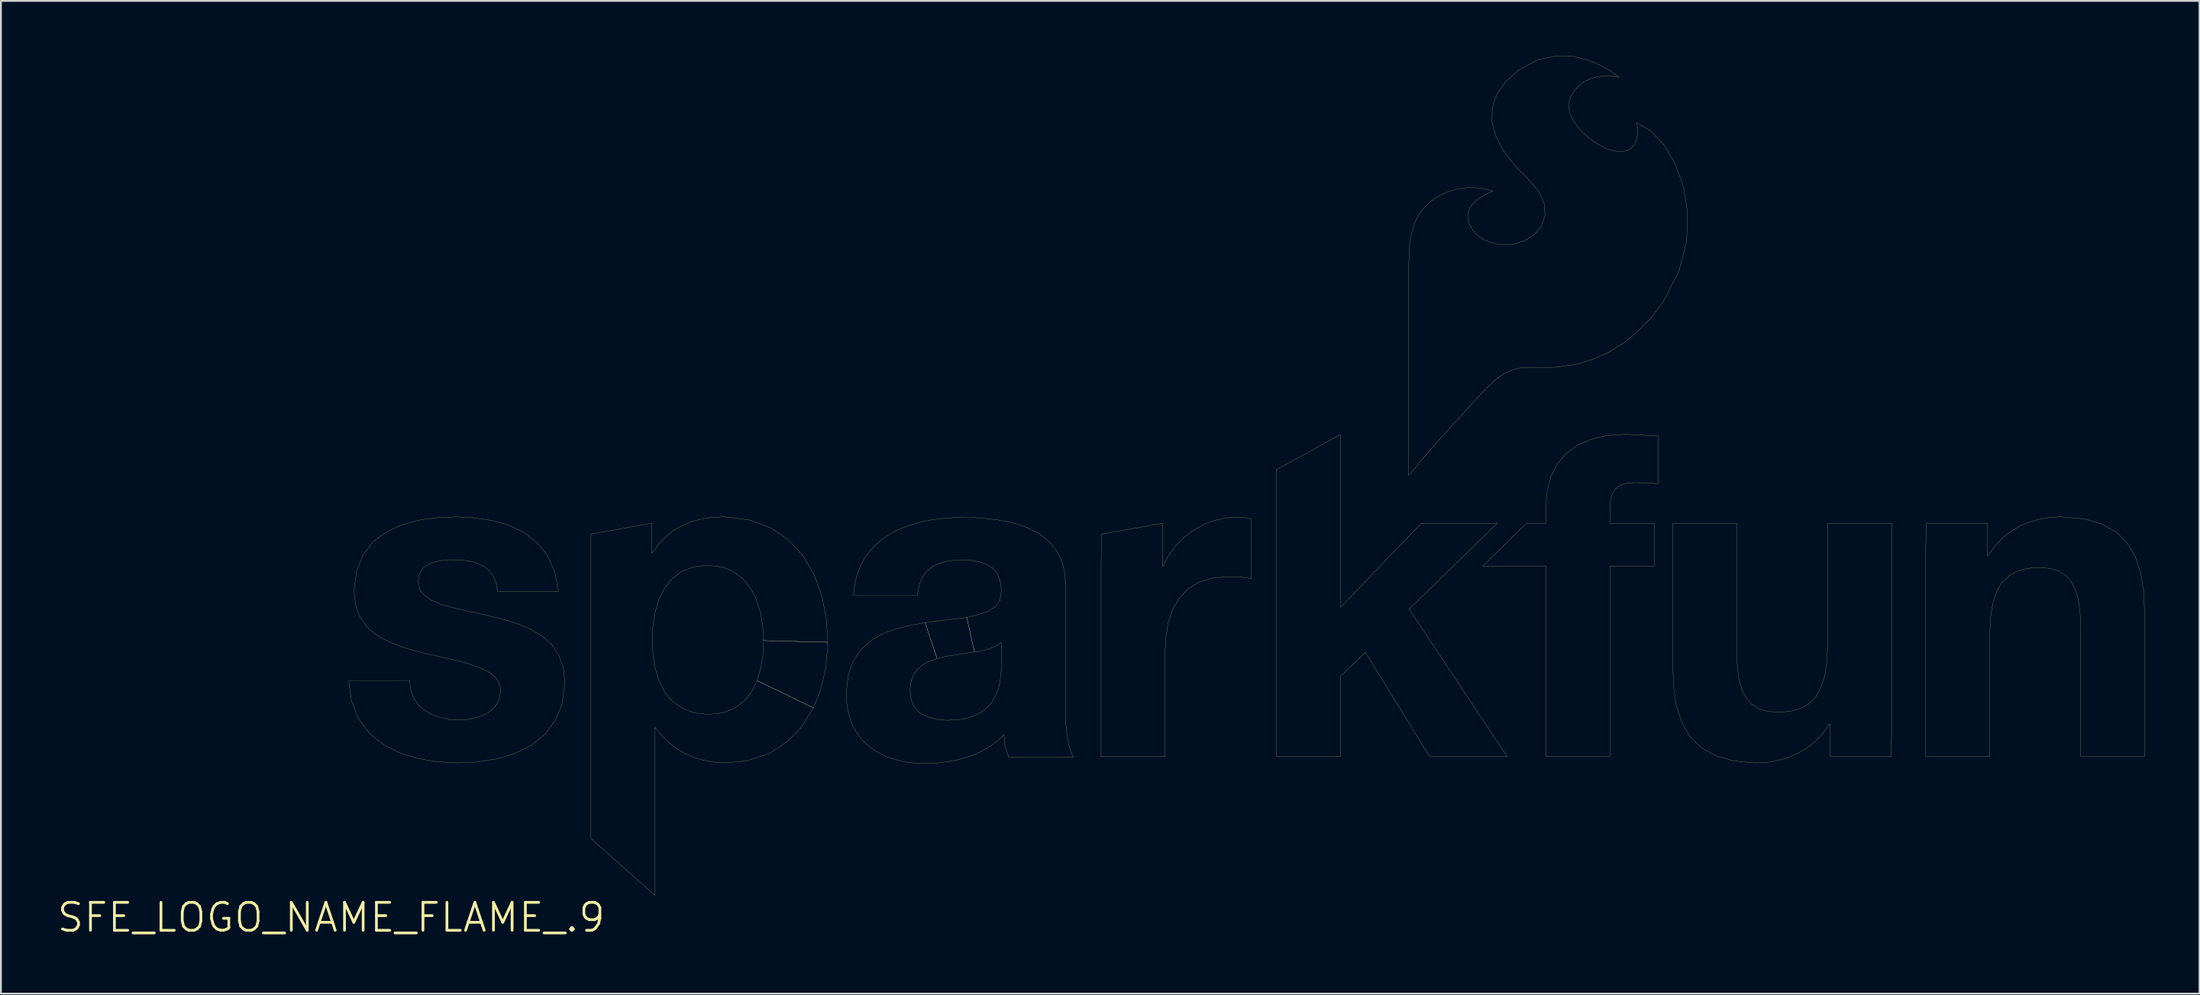
<source format=kicad_pcb>
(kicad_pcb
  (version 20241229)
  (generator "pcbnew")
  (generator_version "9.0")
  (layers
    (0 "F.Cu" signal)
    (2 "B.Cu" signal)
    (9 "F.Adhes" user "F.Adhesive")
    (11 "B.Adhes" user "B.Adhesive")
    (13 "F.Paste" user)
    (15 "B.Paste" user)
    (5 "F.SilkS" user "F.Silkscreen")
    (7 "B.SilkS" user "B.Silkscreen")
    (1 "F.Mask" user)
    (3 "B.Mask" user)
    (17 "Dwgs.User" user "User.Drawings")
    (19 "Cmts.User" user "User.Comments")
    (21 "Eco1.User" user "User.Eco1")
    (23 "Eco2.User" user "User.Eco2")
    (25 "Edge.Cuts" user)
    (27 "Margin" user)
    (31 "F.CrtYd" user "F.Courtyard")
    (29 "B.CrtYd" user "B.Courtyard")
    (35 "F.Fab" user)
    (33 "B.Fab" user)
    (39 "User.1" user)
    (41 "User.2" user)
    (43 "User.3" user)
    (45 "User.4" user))
  (footprint "SFE_LOGO_NAME_FLAME_.9"
    (layer "F.Cu")
    (at 15.022 47.012)
    (property "Reference" "SFE_LOGO_NAME_FLAME_.9" (at 0 0 0) (layer "F.SilkS") (effects (font (size 1.524 1.524) (thickness 0.15))))
    (attr exclude_from_pos_files exclude_from_bom)
    (fp_line (start 0.958 -12.918) (end 3.858 -12.918) (stroke (width 0.008) (type solid)) (layer "F.SilkS"))
    (fp_line (start 1.09 -11.9) (end 0.958 -12.918) (stroke (width 0.008) (type solid)) (layer "F.SilkS"))
    (fp_line (start 1.128 -11.758) (end 1.09 -11.9) (stroke (width 0.008) (type solid)) (layer "F.SilkS"))
    (fp_line (start 1.25 -17.77) (end 1.26 -17.92) (stroke (width 0.008) (type solid)) (layer "F.SilkS"))
    (fp_line (start 1.26 -17.92) (end 1.379 -18.88) (stroke (width 0.008) (type solid)) (layer "F.SilkS"))
    (fp_line (start 1.339 -16.988) (end 1.25 -17.77) (stroke (width 0.008) (type solid)) (layer "F.SilkS"))
    (fp_line (start 1.379 -18.88) (end 1.73 -19.779) (stroke (width 0.008) (type solid)) (layer "F.SilkS"))
    (fp_line (start 1.468 -10.909) (end 1.128 -11.758) (stroke (width 0.008) (type solid)) (layer "F.SilkS"))
    (fp_line (start 1.529 -10.798) (end 1.468 -10.909) (stroke (width 0.008) (type solid)) (layer "F.SilkS"))
    (fp_line (start 1.598 -16.35) (end 1.339 -16.988) (stroke (width 0.008) (type solid)) (layer "F.SilkS"))
    (fp_line (start 1.73 -19.779) (end 2.278 -20.488) (stroke (width 0.008) (type solid)) (layer "F.SilkS"))
    (fp_line (start 1.989 -15.819) (end 1.598 -16.35) (stroke (width 0.008) (type solid)) (layer "F.SilkS"))
    (fp_line (start 2.118 -10.018) (end 1.529 -10.798) (stroke (width 0.008) (type solid)) (layer "F.SilkS"))
    (fp_line (start 2.278 -20.488) (end 3 -21.029) (stroke (width 0.008) (type solid)) (layer "F.SilkS"))
    (fp_line (start 2.499 -15.397) (end 1.989 -15.819) (stroke (width 0.008) (type solid)) (layer "F.SilkS"))
    (fp_line (start 2.878 -9.418) (end 2.118 -10.018) (stroke (width 0.008) (type solid)) (layer "F.SilkS"))
    (fp_line (start 3 -21.029) (end 3.838 -21.42) (stroke (width 0.008) (type solid)) (layer "F.SilkS"))
    (fp_line (start 3.109 -15.06) (end 2.499 -15.397) (stroke (width 0.008) (type solid)) (layer "F.SilkS"))
    (fp_line (start 3.658 -9.02) (end 2.878 -9.418) (stroke (width 0.008) (type solid)) (layer "F.SilkS"))
    (fp_line (start 3.78 -8.969) (end 3.658 -9.02) (stroke (width 0.008) (type solid)) (layer "F.SilkS"))
    (fp_line (start 3.8 -14.778) (end 3.109 -15.06) (stroke (width 0.008) (type solid)) (layer "F.SilkS"))
    (fp_line (start 3.838 -21.42) (end 4.768 -21.669) (stroke (width 0.008) (type solid)) (layer "F.SilkS"))
    (fp_line (start 3.858 -12.918) (end 4.28 -12.918) (stroke (width 0.008) (type solid)) (layer "F.SilkS"))
    (fp_line (start 4.28 -12.918) (end 4.338 -12.398) (stroke (width 0.008) (type solid)) (layer "F.SilkS"))
    (fp_line (start 4.338 -12.398) (end 4.508 -11.958) (stroke (width 0.008) (type solid)) (layer "F.SilkS"))
    (fp_line (start 4.508 -11.958) (end 4.768 -11.587) (stroke (width 0.008) (type solid)) (layer "F.SilkS"))
    (fp_line (start 4.529 -14.559) (end 3.8 -14.778) (stroke (width 0.008) (type solid)) (layer "F.SilkS"))
    (fp_line (start 4.638 -8.7) (end 3.78 -8.969) (stroke (width 0.008) (type solid)) (layer "F.SilkS"))
    (fp_line (start 4.75 -18.339) (end 4.829 -17.91) (stroke (width 0.008) (type solid)) (layer "F.SilkS"))
    (fp_line (start 4.768 -21.669) (end 4.889 -21.699) (stroke (width 0.008) (type solid)) (layer "F.SilkS"))
    (fp_line (start 4.768 -11.587) (end 5.108 -11.288) (stroke (width 0.008) (type solid)) (layer "F.SilkS"))
    (fp_line (start 4.768 -8.669) (end 4.638 -8.7) (stroke (width 0.008) (type solid)) (layer "F.SilkS"))
    (fp_line (start 4.798 -18.689) (end 4.75 -18.339) (stroke (width 0.008) (type solid)) (layer "F.SilkS"))
    (fp_line (start 4.829 -17.91) (end 5.088 -17.579) (stroke (width 0.008) (type solid)) (layer "F.SilkS"))
    (fp_line (start 4.889 -21.699) (end 5.768 -21.808) (stroke (width 0.008) (type solid)) (layer "F.SilkS"))
    (fp_line (start 4.938 -18.969) (end 4.798 -18.689) (stroke (width 0.008) (type solid)) (layer "F.SilkS"))
    (fp_line (start 5.088 -17.579) (end 5.479 -17.308) (stroke (width 0.008) (type solid)) (layer "F.SilkS"))
    (fp_line (start 5.108 -11.288) (end 5.519 -11.059) (stroke (width 0.008) (type solid)) (layer "F.SilkS"))
    (fp_line (start 5.149 -19.18) (end 4.938 -18.969) (stroke (width 0.008) (type solid)) (layer "F.SilkS"))
    (fp_line (start 5.288 -14.369) (end 4.529 -14.559) (stroke (width 0.008) (type solid)) (layer "F.SilkS"))
    (fp_line (start 5.418 -19.319) (end 5.149 -19.18) (stroke (width 0.008) (type solid)) (layer "F.SilkS"))
    (fp_line (start 5.479 -17.308) (end 5.989 -17.089) (stroke (width 0.008) (type solid)) (layer "F.SilkS"))
    (fp_line (start 5.519 -11.059) (end 5.969 -10.909) (stroke (width 0.008) (type solid)) (layer "F.SilkS"))
    (fp_line (start 5.7 -8.509) (end 4.768 -8.669) (stroke (width 0.008) (type solid)) (layer "F.SilkS"))
    (fp_line (start 5.728 -19.418) (end 5.418 -19.319) (stroke (width 0.008) (type solid)) (layer "F.SilkS"))
    (fp_line (start 5.768 -21.808) (end 5.888 -21.819) (stroke (width 0.008) (type solid)) (layer "F.SilkS"))
    (fp_line (start 5.839 -8.499) (end 5.7 -8.509) (stroke (width 0.008) (type solid)) (layer "F.SilkS"))
    (fp_line (start 5.888 -21.819) (end 6.789 -21.859) (stroke (width 0.008) (type solid)) (layer "F.SilkS"))
    (fp_line (start 5.969 -10.909) (end 6.459 -10.808) (stroke (width 0.008) (type solid)) (layer "F.SilkS"))
    (fp_line (start 5.989 -17.089) (end 6.589 -16.919) (stroke (width 0.008) (type solid)) (layer "F.SilkS"))
    (fp_line (start 6.048 -19.479) (end 5.728 -19.418) (stroke (width 0.008) (type solid)) (layer "F.SilkS"))
    (fp_line (start 6.17 -14.178) (end 5.288 -14.369) (stroke (width 0.008) (type solid)) (layer "F.SilkS"))
    (fp_line (start 6.378 -19.52) (end 6.048 -19.479) (stroke (width 0.008) (type solid)) (layer "F.SilkS"))
    (fp_line (start 6.459 -10.808) (end 6.96 -10.78) (stroke (width 0.008) (type solid)) (layer "F.SilkS"))
    (fp_line (start 6.589 -16.919) (end 7.259 -16.759) (stroke (width 0.008) (type solid)) (layer "F.SilkS"))
    (fp_line (start 6.688 -19.52) (end 6.378 -19.52) (stroke (width 0.008) (type solid)) (layer "F.SilkS"))
    (fp_line (start 6.789 -21.859) (end 6.919 -21.859) (stroke (width 0.008) (type solid)) (layer "F.SilkS"))
    (fp_line (start 6.8 -8.438) (end 5.839 -8.499) (stroke (width 0.008) (type solid)) (layer "F.SilkS"))
    (fp_line (start 6.919 -21.859) (end 7.808 -21.808) (stroke (width 0.008) (type solid)) (layer "F.SilkS"))
    (fp_line (start 6.929 -8.438) (end 6.8 -8.438) (stroke (width 0.008) (type solid)) (layer "F.SilkS"))
    (fp_line (start 6.96 -13.998) (end 6.17 -14.178) (stroke (width 0.008) (type solid)) (layer "F.SilkS"))
    (fp_line (start 6.96 -10.78) (end 7.338 -10.798) (stroke (width 0.008) (type solid)) (layer "F.SilkS"))
    (fp_line (start 7.148 -19.5) (end 6.688 -19.52) (stroke (width 0.008) (type solid)) (layer "F.SilkS"))
    (fp_line (start 7.259 -16.759) (end 7.968 -16.609) (stroke (width 0.008) (type solid)) (layer "F.SilkS"))
    (fp_line (start 7.338 -10.798) (end 7.729 -10.858) (stroke (width 0.008) (type solid)) (layer "F.SilkS"))
    (fp_line (start 7.579 -19.439) (end 7.148 -19.5) (stroke (width 0.008) (type solid)) (layer "F.SilkS"))
    (fp_line (start 7.628 -13.8) (end 6.96 -13.998) (stroke (width 0.008) (type solid)) (layer "F.SilkS"))
    (fp_line (start 7.729 -10.858) (end 8.118 -10.968) (stroke (width 0.008) (type solid)) (layer "F.SilkS"))
    (fp_line (start 7.808 -21.808) (end 8.788 -21.659) (stroke (width 0.008) (type solid)) (layer "F.SilkS"))
    (fp_line (start 7.879 -8.479) (end 6.929 -8.438) (stroke (width 0.008) (type solid)) (layer "F.SilkS"))
    (fp_line (start 7.968 -19.329) (end 7.579 -19.439) (stroke (width 0.008) (type solid)) (layer "F.SilkS"))
    (fp_line (start 7.968 -16.609) (end 8.71 -16.439) (stroke (width 0.008) (type solid)) (layer "F.SilkS"))
    (fp_line (start 8.009 -8.499) (end 7.879 -8.479) (stroke (width 0.008) (type solid)) (layer "F.SilkS"))
    (fp_line (start 8.118 -10.968) (end 8.479 -11.128) (stroke (width 0.008) (type solid)) (layer "F.SilkS"))
    (fp_line (start 8.199 -13.589) (end 7.628 -13.8) (stroke (width 0.008) (type solid)) (layer "F.SilkS"))
    (fp_line (start 8.319 -19.169) (end 7.968 -19.329) (stroke (width 0.008) (type solid)) (layer "F.SilkS"))
    (fp_line (start 8.479 -11.128) (end 8.788 -11.349) (stroke (width 0.008) (type solid)) (layer "F.SilkS"))
    (fp_line (start 8.608 -18.938) (end 8.319 -19.169) (stroke (width 0.008) (type solid)) (layer "F.SilkS"))
    (fp_line (start 8.649 -13.358) (end 8.199 -13.589) (stroke (width 0.008) (type solid)) (layer "F.SilkS"))
    (fp_line (start 8.71 -16.439) (end 9.469 -16.248) (stroke (width 0.008) (type solid)) (layer "F.SilkS"))
    (fp_line (start 8.788 -21.659) (end 9.708 -21.399) (stroke (width 0.008) (type solid)) (layer "F.SilkS"))
    (fp_line (start 8.788 -11.349) (end 9.03 -11.628) (stroke (width 0.008) (type solid)) (layer "F.SilkS"))
    (fp_line (start 8.839 -18.639) (end 8.608 -18.938) (stroke (width 0.008) (type solid)) (layer "F.SilkS"))
    (fp_line (start 8.928 -8.639) (end 8.009 -8.499) (stroke (width 0.008) (type solid)) (layer "F.SilkS"))
    (fp_line (start 8.979 -13.089) (end 8.649 -13.358) (stroke (width 0.008) (type solid)) (layer "F.SilkS"))
    (fp_line (start 8.999 -18.258) (end 8.839 -18.639) (stroke (width 0.008) (type solid)) (layer "F.SilkS"))
    (fp_line (start 9.03 -11.628) (end 9.19 -11.979) (stroke (width 0.008) (type solid)) (layer "F.SilkS"))
    (fp_line (start 9.058 -8.659) (end 8.928 -8.639) (stroke (width 0.008) (type solid)) (layer "F.SilkS"))
    (fp_line (start 9.078 -17.798) (end 8.999 -18.258) (stroke (width 0.008) (type solid)) (layer "F.SilkS"))
    (fp_line (start 9.18 -12.769) (end 8.979 -13.089) (stroke (width 0.008) (type solid)) (layer "F.SilkS"))
    (fp_line (start 9.19 -11.979) (end 9.248 -12.398) (stroke (width 0.008) (type solid)) (layer "F.SilkS"))
    (fp_line (start 9.248 -12.398) (end 9.18 -12.769) (stroke (width 0.008) (type solid)) (layer "F.SilkS"))
    (fp_line (start 9.469 -16.248) (end 10.198 -16.02) (stroke (width 0.008) (type solid)) (layer "F.SilkS"))
    (fp_line (start 9.708 -21.399) (end 10.528 -20.998) (stroke (width 0.008) (type solid)) (layer "F.SilkS"))
    (fp_line (start 9.919 -8.918) (end 9.058 -8.659) (stroke (width 0.008) (type solid)) (layer "F.SilkS"))
    (fp_line (start 10.038 -8.959) (end 9.919 -8.918) (stroke (width 0.008) (type solid)) (layer "F.SilkS"))
    (fp_line (start 10.198 -16.02) (end 10.879 -15.728) (stroke (width 0.008) (type solid)) (layer "F.SilkS"))
    (fp_line (start 10.528 -20.998) (end 11.229 -20.45) (stroke (width 0.008) (type solid)) (layer "F.SilkS"))
    (fp_line (start 10.879 -15.728) (end 11.488 -15.37) (stroke (width 0.008) (type solid)) (layer "F.SilkS"))
    (fp_line (start 10.919 -9.398) (end 10.038 -8.959) (stroke (width 0.008) (type solid)) (layer "F.SilkS"))
    (fp_line (start 11.229 -20.45) (end 11.798 -19.748) (stroke (width 0.008) (type solid)) (layer "F.SilkS"))
    (fp_line (start 11.488 -15.37) (end 12.009 -14.92) (stroke (width 0.008) (type solid)) (layer "F.SilkS"))
    (fp_line (start 11.669 -10) (end 10.919 -9.398) (stroke (width 0.008) (type solid)) (layer "F.SilkS"))
    (fp_line (start 11.798 -19.748) (end 12.2 -18.87) (stroke (width 0.008) (type solid)) (layer "F.SilkS"))
    (fp_line (start 12.009 -14.92) (end 12.398 -14.359) (stroke (width 0.008) (type solid)) (layer "F.SilkS"))
    (fp_line (start 12.2 -18.87) (end 12.228 -18.738) (stroke (width 0.008) (type solid)) (layer "F.SilkS"))
    (fp_line (start 12.228 -18.738) (end 12.398 -17.798) (stroke (width 0.008) (type solid)) (layer "F.SilkS"))
    (fp_line (start 12.238 -10.77) (end 11.669 -10) (stroke (width 0.008) (type solid)) (layer "F.SilkS"))
    (fp_line (start 12.398 -17.798) (end 9.078 -17.798) (stroke (width 0.008) (type solid)) (layer "F.SilkS"))
    (fp_line (start 12.398 -14.359) (end 12.659 -13.678) (stroke (width 0.008) (type solid)) (layer "F.SilkS"))
    (fp_line (start 12.578 -11.587) (end 12.238 -10.77) (stroke (width 0.008) (type solid)) (layer "F.SilkS"))
    (fp_line (start 12.609 -11.72) (end 12.578 -11.587) (stroke (width 0.008) (type solid)) (layer "F.SilkS"))
    (fp_line (start 12.659 -13.678) (end 12.748 -12.868) (stroke (width 0.008) (type solid)) (layer "F.SilkS"))
    (fp_line (start 12.738 -12.718) (end 12.609 -11.72) (stroke (width 0.008) (type solid)) (layer "F.SilkS"))
    (fp_line (start 12.748 -12.868) (end 12.738 -12.718) (stroke (width 0.008) (type solid)) (layer "F.SilkS"))
    (fp_line (start 14.168 -20.919) (end 14.59 -20.998) (stroke (width 0.008) (type solid)) (layer "F.SilkS"))
    (fp_line (start 14.168 -4.308) (end 14.168 -20.919) (stroke (width 0.008) (type solid)) (layer "F.SilkS"))
    (fp_line (start 14.59 -20.998) (end 14.999 -21.069) (stroke (width 0.008) (type solid)) (layer "F.SilkS"))
    (fp_line (start 14.608 -3.919) (end 14.168 -4.308) (stroke (width 0.008) (type solid)) (layer "F.SilkS"))
    (fp_line (start 14.999 -21.069) (end 15.418 -21.138) (stroke (width 0.008) (type solid)) (layer "F.SilkS"))
    (fp_line (start 15.05 -3.528) (end 14.608 -3.919) (stroke (width 0.008) (type solid)) (layer "F.SilkS"))
    (fp_line (start 15.418 -21.138) (end 15.839 -21.219) (stroke (width 0.008) (type solid)) (layer "F.SilkS"))
    (fp_line (start 15.479 -3.15) (end 15.05 -3.528) (stroke (width 0.008) (type solid)) (layer "F.SilkS"))
    (fp_line (start 15.839 -21.219) (end 16.248 -21.288) (stroke (width 0.008) (type solid)) (layer "F.SilkS"))
    (fp_line (start 15.918 -2.758) (end 15.479 -3.15) (stroke (width 0.008) (type solid)) (layer "F.SilkS"))
    (fp_line (start 16.248 -21.288) (end 16.667 -21.369) (stroke (width 0.008) (type solid)) (layer "F.SilkS"))
    (fp_line (start 16.358 -2.37) (end 15.918 -2.758) (stroke (width 0.008) (type solid)) (layer "F.SilkS"))
    (fp_line (start 16.667 -21.369) (end 17.079 -21.438) (stroke (width 0.008) (type solid)) (layer "F.SilkS"))
    (fp_line (start 16.789 -1.979) (end 16.358 -2.37) (stroke (width 0.008) (type solid)) (layer "F.SilkS"))
    (fp_line (start 17.079 -21.438) (end 17.498 -21.509) (stroke (width 0.008) (type solid)) (layer "F.SilkS"))
    (fp_line (start 17.229 -1.587) (end 16.789 -1.979) (stroke (width 0.008) (type solid)) (layer "F.SilkS"))
    (fp_line (start 17.498 -21.509) (end 17.498 -19.888) (stroke (width 0.008) (type solid)) (layer "F.SilkS"))
    (fp_line (start 17.498 -19.888) (end 17.518 -19.888) (stroke (width 0.008) (type solid)) (layer "F.SilkS"))
    (fp_line (start 17.518 -19.888) (end 17.859 -20.368) (stroke (width 0.008) (type solid)) (layer "F.SilkS"))
    (fp_line (start 17.518 -15.108) (end 17.559 -14.348) (stroke (width 0.008) (type solid)) (layer "F.SilkS"))
    (fp_line (start 17.549 -15.878) (end 17.518 -15.108) (stroke (width 0.008) (type solid)) (layer "F.SilkS"))
    (fp_line (start 17.559 -14.348) (end 17.678 -13.609) (stroke (width 0.008) (type solid)) (layer "F.SilkS"))
    (fp_line (start 17.668 -16.629) (end 17.549 -15.878) (stroke (width 0.008) (type solid)) (layer "F.SilkS"))
    (fp_line (start 17.668 -10.358) (end 17.668 -1.199) (stroke (width 0.008) (type solid)) (layer "F.SilkS"))
    (fp_line (start 17.668 -1.199) (end 17.229 -1.587) (stroke (width 0.008) (type solid)) (layer "F.SilkS"))
    (fp_line (start 17.678 -13.609) (end 17.889 -12.929) (stroke (width 0.008) (type solid)) (layer "F.SilkS"))
    (fp_line (start 17.689 -10.358) (end 17.668 -10.358) (stroke (width 0.008) (type solid)) (layer "F.SilkS"))
    (fp_line (start 17.859 -20.368) (end 18.25 -20.78) (stroke (width 0.008) (type solid)) (layer "F.SilkS"))
    (fp_line (start 17.869 -17.318) (end 17.668 -16.629) (stroke (width 0.008) (type solid)) (layer "F.SilkS"))
    (fp_line (start 17.889 -12.929) (end 18.189 -12.319) (stroke (width 0.008) (type solid)) (layer "F.SilkS"))
    (fp_line (start 18.039 -9.919) (end 17.689 -10.358) (stroke (width 0.008) (type solid)) (layer "F.SilkS"))
    (fp_line (start 18.169 -17.937) (end 17.869 -17.318) (stroke (width 0.008) (type solid)) (layer "F.SilkS"))
    (fp_line (start 18.189 -12.319) (end 18.608 -11.808) (stroke (width 0.008) (type solid)) (layer "F.SilkS"))
    (fp_line (start 18.25 -20.78) (end 18.679 -21.118) (stroke (width 0.008) (type solid)) (layer "F.SilkS"))
    (fp_line (start 18.428 -9.538) (end 18.039 -9.919) (stroke (width 0.008) (type solid)) (layer "F.SilkS"))
    (fp_line (start 18.578 -18.468) (end 18.169 -17.937) (stroke (width 0.008) (type solid)) (layer "F.SilkS"))
    (fp_line (start 18.608 -11.808) (end 19.139 -11.42) (stroke (width 0.008) (type solid)) (layer "F.SilkS"))
    (fp_line (start 18.679 -21.118) (end 19.149 -21.389) (stroke (width 0.008) (type solid)) (layer "F.SilkS"))
    (fp_line (start 18.86 -9.207) (end 18.428 -9.538) (stroke (width 0.008) (type solid)) (layer "F.SilkS"))
    (fp_line (start 19.098 -18.87) (end 18.578 -18.468) (stroke (width 0.008) (type solid)) (layer "F.SilkS"))
    (fp_line (start 19.139 -11.42) (end 19.789 -11.168) (stroke (width 0.008) (type solid)) (layer "F.SilkS"))
    (fp_line (start 19.149 -21.389) (end 19.639 -21.598) (stroke (width 0.008) (type solid)) (layer "F.SilkS"))
    (fp_line (start 19.34 -8.928) (end 18.86 -9.207) (stroke (width 0.008) (type solid)) (layer "F.SilkS"))
    (fp_line (start 19.639 -21.598) (end 20.168 -21.74) (stroke (width 0.008) (type solid)) (layer "F.SilkS"))
    (fp_line (start 19.759 -19.129) (end 19.098 -18.87) (stroke (width 0.008) (type solid)) (layer "F.SilkS"))
    (fp_line (start 19.789 -11.168) (end 20.569 -11.079) (stroke (width 0.008) (type solid)) (layer "F.SilkS"))
    (fp_line (start 19.84 -8.72) (end 19.34 -8.928) (stroke (width 0.008) (type solid)) (layer "F.SilkS"))
    (fp_line (start 20.168 -21.74) (end 20.729 -21.829) (stroke (width 0.008) (type solid)) (layer "F.SilkS"))
    (fp_line (start 20.368 -8.57) (end 19.84 -8.72) (stroke (width 0.008) (type solid)) (layer "F.SilkS"))
    (fp_line (start 20.538 -19.218) (end 19.759 -19.129) (stroke (width 0.008) (type solid)) (layer "F.SilkS"))
    (fp_line (start 20.569 -11.079) (end 21.359 -11.168) (stroke (width 0.008) (type solid)) (layer "F.SilkS"))
    (fp_line (start 20.729 -21.829) (end 21.308 -21.859) (stroke (width 0.008) (type solid)) (layer "F.SilkS"))
    (fp_line (start 20.93 -8.479) (end 20.368 -8.57) (stroke (width 0.008) (type solid)) (layer "F.SilkS"))
    (fp_line (start 21.308 -21.859) (end 21.488 -21.859) (stroke (width 0.008) (type solid)) (layer "F.SilkS"))
    (fp_line (start 21.318 -19.129) (end 20.538 -19.218) (stroke (width 0.008) (type solid)) (layer "F.SilkS"))
    (fp_line (start 21.359 -11.168) (end 22.009 -11.42) (stroke (width 0.008) (type solid)) (layer "F.SilkS"))
    (fp_line (start 21.488 -21.859) (end 22.7 -21.709) (stroke (width 0.008) (type solid)) (layer "F.SilkS"))
    (fp_line (start 21.499 -8.438) (end 20.93 -8.479) (stroke (width 0.008) (type solid)) (layer "F.SilkS"))
    (fp_line (start 21.958 -18.87) (end 21.318 -19.129) (stroke (width 0.008) (type solid)) (layer "F.SilkS"))
    (fp_line (start 22.009 -11.42) (end 22.53 -11.808) (stroke (width 0.008) (type solid)) (layer "F.SilkS"))
    (fp_line (start 22.489 -18.458) (end 21.958 -18.87) (stroke (width 0.008) (type solid)) (layer "F.SilkS"))
    (fp_line (start 22.53 -11.808) (end 22.939 -12.319) (stroke (width 0.008) (type solid)) (layer "F.SilkS"))
    (fp_line (start 22.659 -8.55) (end 21.499 -8.438) (stroke (width 0.008) (type solid)) (layer "F.SilkS"))
    (fp_line (start 22.7 -21.709) (end 22.86 -21.679) (stroke (width 0.008) (type solid)) (layer "F.SilkS"))
    (fp_line (start 22.819 -8.588) (end 22.659 -8.55) (stroke (width 0.008) (type solid)) (layer "F.SilkS"))
    (fp_line (start 22.86 -21.679) (end 23.889 -21.298) (stroke (width 0.008) (type solid)) (layer "F.SilkS"))
    (fp_line (start 22.908 -17.93) (end 22.489 -18.458) (stroke (width 0.008) (type solid)) (layer "F.SilkS"))
    (fp_line (start 22.939 -12.319) (end 23.238 -12.929) (stroke (width 0.008) (type solid)) (layer "F.SilkS"))
    (fp_line (start 23.218 -17.308) (end 22.908 -17.93) (stroke (width 0.008) (type solid)) (layer "F.SilkS"))
    (fp_line (start 23.238 -12.929) (end 23.439 -13.609) (stroke (width 0.008) (type solid)) (layer "F.SilkS"))
    (fp_line (start 23.238 -12.929) (end 26.309 -11.438) (stroke (width 0.008) (type solid)) (layer "F.SilkS"))
    (fp_line (start 23.429 -16.619) (end 23.218 -17.308) (stroke (width 0.008) (type solid)) (layer "F.SilkS"))
    (fp_line (start 23.439 -13.609) (end 23.558 -14.348) (stroke (width 0.008) (type solid)) (layer "F.SilkS"))
    (fp_line (start 23.548 -15.878) (end 23.429 -16.619) (stroke (width 0.008) (type solid)) (layer "F.SilkS"))
    (fp_line (start 23.558 -14.348) (end 23.589 -15.108) (stroke (width 0.008) (type solid)) (layer "F.SilkS"))
    (fp_line (start 23.589 -15.108) (end 23.548 -15.878) (stroke (width 0.008) (type solid)) (layer "F.SilkS"))
    (fp_line (start 23.589 -15.108) (end 27.089 -15.019) (stroke (width 0.008) (type solid)) (layer "F.SilkS"))
    (fp_line (start 23.818 -8.928) (end 22.819 -8.588) (stroke (width 0.008) (type solid)) (layer "F.SilkS"))
    (fp_line (start 23.889 -21.298) (end 24.028 -21.229) (stroke (width 0.008) (type solid)) (layer "F.SilkS"))
    (fp_line (start 23.95 -8.989) (end 23.818 -8.928) (stroke (width 0.008) (type solid)) (layer "F.SilkS"))
    (fp_line (start 24.028 -21.229) (end 24.889 -20.648) (stroke (width 0.008) (type solid)) (layer "F.SilkS"))
    (fp_line (start 24.798 -9.538) (end 23.95 -8.989) (stroke (width 0.008) (type solid)) (layer "F.SilkS"))
    (fp_line (start 24.889 -20.648) (end 24.999 -20.549) (stroke (width 0.008) (type solid)) (layer "F.SilkS"))
    (fp_line (start 24.91 -9.629) (end 24.798 -9.538) (stroke (width 0.008) (type solid)) (layer "F.SilkS"))
    (fp_line (start 24.999 -20.549) (end 25.7 -19.789) (stroke (width 0.008) (type solid)) (layer "F.SilkS"))
    (fp_line (start 25.608 -10.338) (end 24.91 -9.629) (stroke (width 0.008) (type solid)) (layer "F.SilkS"))
    (fp_line (start 25.7 -19.789) (end 25.778 -19.68) (stroke (width 0.008) (type solid)) (layer "F.SilkS"))
    (fp_line (start 25.7 -10.46) (end 25.608 -10.338) (stroke (width 0.008) (type solid)) (layer "F.SilkS"))
    (fp_line (start 25.778 -19.68) (end 26.309 -18.768) (stroke (width 0.008) (type solid)) (layer "F.SilkS"))
    (fp_line (start 26.238 -11.308) (end 25.7 -10.46) (stroke (width 0.008) (type solid)) (layer "F.SilkS"))
    (fp_line (start 26.309 -18.768) (end 26.378 -18.628) (stroke (width 0.008) (type solid)) (layer "F.SilkS"))
    (fp_line (start 26.309 -11.438) (end 23.238 -12.929) (stroke (width 0.008) (type solid)) (layer "F.SilkS"))
    (fp_line (start 26.309 -11.438) (end 26.238 -11.308) (stroke (width 0.008) (type solid)) (layer "F.SilkS"))
    (fp_line (start 26.378 -18.628) (end 26.749 -17.61) (stroke (width 0.008) (type solid)) (layer "F.SilkS"))
    (fp_line (start 26.698 -12.408) (end 26.309 -11.438) (stroke (width 0.008) (type solid)) (layer "F.SilkS"))
    (fp_line (start 26.739 -12.558) (end 26.698 -12.408) (stroke (width 0.008) (type solid)) (layer "F.SilkS"))
    (fp_line (start 26.749 -17.61) (end 26.789 -17.46) (stroke (width 0.008) (type solid)) (layer "F.SilkS"))
    (fp_line (start 26.789 -17.46) (end 27.008 -16.35) (stroke (width 0.008) (type solid)) (layer "F.SilkS"))
    (fp_line (start 26.98 -13.599) (end 26.739 -12.558) (stroke (width 0.008) (type solid)) (layer "F.SilkS"))
    (fp_line (start 26.998 -13.759) (end 26.98 -13.599) (stroke (width 0.008) (type solid)) (layer "F.SilkS"))
    (fp_line (start 27.008 -16.35) (end 27.028 -16.19) (stroke (width 0.008) (type solid)) (layer "F.SilkS"))
    (fp_line (start 27.028 -16.19) (end 27.089 -15.019) (stroke (width 0.008) (type solid)) (layer "F.SilkS"))
    (fp_line (start 27.089 -15.019) (end 23.589 -15.108) (stroke (width 0.008) (type solid)) (layer "F.SilkS"))
    (fp_line (start 27.089 -15.019) (end 27.089 -14.859) (stroke (width 0.008) (type solid)) (layer "F.SilkS"))
    (fp_line (start 27.089 -14.859) (end 26.998 -13.759) (stroke (width 0.008) (type solid)) (layer "F.SilkS"))
    (fp_line (start 28.097 -12.22) (end 28.209 -13.198) (stroke (width 0.008) (type solid)) (layer "F.SilkS"))
    (fp_line (start 28.128 -11.748) (end 28.097 -12.22) (stroke (width 0.008) (type solid)) (layer "F.SilkS"))
    (fp_line (start 28.189 -11.308) (end 28.128 -11.748) (stroke (width 0.008) (type solid)) (layer "F.SilkS"))
    (fp_line (start 28.209 -13.198) (end 28.478 -13.998) (stroke (width 0.008) (type solid)) (layer "F.SilkS"))
    (fp_line (start 28.298 -10.899) (end 28.189 -11.308) (stroke (width 0.008) (type solid)) (layer "F.SilkS"))
    (fp_line (start 28.438 -10.518) (end 28.298 -10.899) (stroke (width 0.008) (type solid)) (layer "F.SilkS"))
    (fp_line (start 28.478 -13.998) (end 28.908 -14.628) (stroke (width 0.008) (type solid)) (layer "F.SilkS"))
    (fp_line (start 28.499 -17.579) (end 28.56 -18.158) (stroke (width 0.008) (type solid)) (layer "F.SilkS"))
    (fp_line (start 28.56 -18.158) (end 28.689 -18.689) (stroke (width 0.008) (type solid)) (layer "F.SilkS"))
    (fp_line (start 28.618 -10.178) (end 28.438 -10.518) (stroke (width 0.008) (type solid)) (layer "F.SilkS"))
    (fp_line (start 28.689 -18.689) (end 28.88 -19.18) (stroke (width 0.008) (type solid)) (layer "F.SilkS"))
    (fp_line (start 28.829 -9.868) (end 28.618 -10.178) (stroke (width 0.008) (type solid)) (layer "F.SilkS"))
    (fp_line (start 28.88 -19.18) (end 29.108 -19.609) (stroke (width 0.008) (type solid)) (layer "F.SilkS"))
    (fp_line (start 28.908 -14.628) (end 29.459 -15.118) (stroke (width 0.008) (type solid)) (layer "F.SilkS"))
    (fp_line (start 29.078 -9.578) (end 28.829 -9.868) (stroke (width 0.008) (type solid)) (layer "F.SilkS"))
    (fp_line (start 29.108 -19.609) (end 29.398 -20) (stroke (width 0.008) (type solid)) (layer "F.SilkS"))
    (fp_line (start 29.36 -9.329) (end 29.078 -9.578) (stroke (width 0.008) (type solid)) (layer "F.SilkS"))
    (fp_line (start 29.398 -20) (end 29.718 -20.348) (stroke (width 0.008) (type solid)) (layer "F.SilkS"))
    (fp_line (start 29.459 -15.118) (end 30.109 -15.489) (stroke (width 0.008) (type solid)) (layer "F.SilkS"))
    (fp_line (start 29.66 -9.108) (end 29.36 -9.329) (stroke (width 0.008) (type solid)) (layer "F.SilkS"))
    (fp_line (start 29.718 -20.348) (end 30.089 -20.658) (stroke (width 0.008) (type solid)) (layer "F.SilkS"))
    (fp_line (start 29.99 -8.918) (end 29.66 -9.108) (stroke (width 0.008) (type solid)) (layer "F.SilkS"))
    (fp_line (start 30.089 -20.658) (end 30.488 -20.919) (stroke (width 0.008) (type solid)) (layer "F.SilkS"))
    (fp_line (start 30.109 -15.489) (end 30.838 -15.758) (stroke (width 0.008) (type solid)) (layer "F.SilkS"))
    (fp_line (start 30.348 -8.758) (end 29.99 -8.918) (stroke (width 0.008) (type solid)) (layer "F.SilkS"))
    (fp_line (start 30.488 -20.919) (end 30.919 -21.148) (stroke (width 0.008) (type solid)) (layer "F.SilkS"))
    (fp_line (start 30.729 -8.628) (end 30.348 -8.758) (stroke (width 0.008) (type solid)) (layer "F.SilkS"))
    (fp_line (start 30.838 -15.758) (end 31.608 -15.949) (stroke (width 0.008) (type solid)) (layer "F.SilkS"))
    (fp_line (start 30.919 -21.148) (end 31.379 -21.339) (stroke (width 0.008) (type solid)) (layer "F.SilkS"))
    (fp_line (start 31.128 -8.529) (end 30.729 -8.628) (stroke (width 0.008) (type solid)) (layer "F.SilkS"))
    (fp_line (start 31.379 -21.339) (end 31.859 -21.499) (stroke (width 0.008) (type solid)) (layer "F.SilkS"))
    (fp_line (start 31.549 -8.458) (end 31.128 -8.529) (stroke (width 0.008) (type solid)) (layer "F.SilkS"))
    (fp_line (start 31.59 -12.388) (end 31.598 -12.169) (stroke (width 0.008) (type solid)) (layer "F.SilkS"))
    (fp_line (start 31.598 -12.619) (end 31.59 -12.388) (stroke (width 0.008) (type solid)) (layer "F.SilkS"))
    (fp_line (start 31.598 -12.169) (end 31.628 -11.958) (stroke (width 0.008) (type solid)) (layer "F.SilkS"))
    (fp_line (start 31.608 -15.949) (end 32.408 -16.088) (stroke (width 0.008) (type solid)) (layer "F.SilkS"))
    (fp_line (start 31.628 -12.84) (end 31.598 -12.619) (stroke (width 0.008) (type solid)) (layer "F.SilkS"))
    (fp_line (start 31.628 -11.958) (end 31.689 -11.768) (stroke (width 0.008) (type solid)) (layer "F.SilkS"))
    (fp_line (start 31.689 -13.028) (end 31.628 -12.84) (stroke (width 0.008) (type solid)) (layer "F.SilkS"))
    (fp_line (start 31.689 -11.768) (end 31.758 -11.598) (stroke (width 0.008) (type solid)) (layer "F.SilkS"))
    (fp_line (start 31.758 -13.198) (end 31.689 -13.028) (stroke (width 0.008) (type solid)) (layer "F.SilkS"))
    (fp_line (start 31.758 -11.598) (end 31.859 -11.448) (stroke (width 0.008) (type solid)) (layer "F.SilkS"))
    (fp_line (start 31.849 -13.358) (end 31.758 -13.198) (stroke (width 0.008) (type solid)) (layer "F.SilkS"))
    (fp_line (start 31.859 -21.499) (end 32.37 -21.618) (stroke (width 0.008) (type solid)) (layer "F.SilkS"))
    (fp_line (start 31.859 -11.448) (end 31.968 -11.318) (stroke (width 0.008) (type solid)) (layer "F.SilkS"))
    (fp_line (start 31.958 -13.498) (end 31.849 -13.358) (stroke (width 0.008) (type solid)) (layer "F.SilkS"))
    (fp_line (start 31.968 -11.318) (end 32.088 -11.199) (stroke (width 0.008) (type solid)) (layer "F.SilkS"))
    (fp_line (start 31.979 -8.418) (end 31.549 -8.458) (stroke (width 0.008) (type solid)) (layer "F.SilkS"))
    (fp_line (start 31.989 -17.579) (end 28.499 -17.579) (stroke (width 0.008) (type solid)) (layer "F.SilkS"))
    (fp_line (start 32.019 -17.828) (end 31.989 -17.579) (stroke (width 0.008) (type solid)) (layer "F.SilkS"))
    (fp_line (start 32.068 -18.049) (end 32.019 -17.828) (stroke (width 0.008) (type solid)) (layer "F.SilkS"))
    (fp_line (start 32.078 -13.619) (end 31.958 -13.498) (stroke (width 0.008) (type solid)) (layer "F.SilkS"))
    (fp_line (start 32.088 -11.199) (end 32.238 -11.1) (stroke (width 0.008) (type solid)) (layer "F.SilkS"))
    (fp_line (start 32.128 -18.268) (end 32.068 -18.049) (stroke (width 0.008) (type solid)) (layer "F.SilkS"))
    (fp_line (start 32.21 -18.458) (end 32.128 -18.268) (stroke (width 0.008) (type solid)) (layer "F.SilkS"))
    (fp_line (start 32.22 -13.739) (end 32.078 -13.619) (stroke (width 0.008) (type solid)) (layer "F.SilkS"))
    (fp_line (start 32.238 -11.1) (end 32.388 -11.019) (stroke (width 0.008) (type solid)) (layer "F.SilkS"))
    (fp_line (start 32.299 -18.628) (end 32.21 -18.458) (stroke (width 0.008) (type solid)) (layer "F.SilkS"))
    (fp_line (start 32.37 -21.618) (end 32.878 -21.72) (stroke (width 0.008) (type solid)) (layer "F.SilkS"))
    (fp_line (start 32.37 -13.838) (end 32.22 -13.739) (stroke (width 0.008) (type solid)) (layer "F.SilkS"))
    (fp_line (start 32.388 -11.019) (end 32.558 -10.95) (stroke (width 0.008) (type solid)) (layer "F.SilkS"))
    (fp_line (start 32.408 -18.788) (end 32.299 -18.628) (stroke (width 0.008) (type solid)) (layer "F.SilkS"))
    (fp_line (start 32.408 -16.088) (end 33.058 -14.127) (stroke (width 0.008) (type solid)) (layer "F.SilkS"))
    (fp_line (start 32.408 -16.088) (end 33.198 -16.19) (stroke (width 0.008) (type solid)) (layer "F.SilkS"))
    (fp_line (start 32.428 -8.41) (end 31.979 -8.418) (stroke (width 0.008) (type solid)) (layer "F.SilkS"))
    (fp_line (start 32.53 -13.929) (end 32.37 -13.838) (stroke (width 0.008) (type solid)) (layer "F.SilkS"))
    (fp_line (start 32.54 -18.928) (end 32.408 -18.788) (stroke (width 0.008) (type solid)) (layer "F.SilkS"))
    (fp_line (start 32.558 -10.95) (end 32.728 -10.889) (stroke (width 0.008) (type solid)) (layer "F.SilkS"))
    (fp_line (start 32.68 -19.05) (end 32.54 -18.928) (stroke (width 0.008) (type solid)) (layer "F.SilkS"))
    (fp_line (start 32.7 -13.998) (end 32.53 -13.929) (stroke (width 0.008) (type solid)) (layer "F.SilkS"))
    (fp_line (start 32.728 -10.889) (end 32.918 -10.838) (stroke (width 0.008) (type solid)) (layer "F.SilkS"))
    (fp_line (start 32.728 -8.41) (end 32.428 -8.41) (stroke (width 0.008) (type solid)) (layer "F.SilkS"))
    (fp_line (start 32.84 -19.159) (end 32.68 -19.05) (stroke (width 0.008) (type solid)) (layer "F.SilkS"))
    (fp_line (start 32.878 -21.72) (end 33.409 -21.778) (stroke (width 0.008) (type solid)) (layer "F.SilkS"))
    (fp_line (start 32.878 -14.069) (end 32.7 -13.998) (stroke (width 0.008) (type solid)) (layer "F.SilkS"))
    (fp_line (start 32.918 -10.838) (end 33.109 -10.808) (stroke (width 0.008) (type solid)) (layer "F.SilkS"))
    (fp_line (start 33 -19.248) (end 32.84 -19.159) (stroke (width 0.008) (type solid)) (layer "F.SilkS"))
    (fp_line (start 33.028 -8.428) (end 32.728 -8.41) (stroke (width 0.008) (type solid)) (layer "F.SilkS"))
    (fp_line (start 33.058 -14.127) (end 32.408 -16.088) (stroke (width 0.008) (type solid)) (layer "F.SilkS"))
    (fp_line (start 33.058 -14.127) (end 32.878 -14.069) (stroke (width 0.008) (type solid)) (layer "F.SilkS"))
    (fp_line (start 33.109 -10.808) (end 33.31 -10.78) (stroke (width 0.008) (type solid)) (layer "F.SilkS"))
    (fp_line (start 33.188 -19.329) (end 33 -19.248) (stroke (width 0.008) (type solid)) (layer "F.SilkS"))
    (fp_line (start 33.198 -16.19) (end 33.96 -16.279) (stroke (width 0.008) (type solid)) (layer "F.SilkS"))
    (fp_line (start 33.259 -14.178) (end 33.058 -14.127) (stroke (width 0.008) (type solid)) (layer "F.SilkS"))
    (fp_line (start 33.31 -10.78) (end 33.518 -10.77) (stroke (width 0.008) (type solid)) (layer "F.SilkS"))
    (fp_line (start 33.32 -8.458) (end 33.028 -8.428) (stroke (width 0.008) (type solid)) (layer "F.SilkS"))
    (fp_line (start 33.378 -19.388) (end 33.188 -19.329) (stroke (width 0.008) (type solid)) (layer "F.SilkS"))
    (fp_line (start 33.409 -21.778) (end 33.939 -21.819) (stroke (width 0.008) (type solid)) (layer "F.SilkS"))
    (fp_line (start 33.449 -14.229) (end 33.259 -14.178) (stroke (width 0.008) (type solid)) (layer "F.SilkS"))
    (fp_line (start 33.518 -10.77) (end 33.729 -10.77) (stroke (width 0.008) (type solid)) (layer "F.SilkS"))
    (fp_line (start 33.589 -19.439) (end 33.378 -19.388) (stroke (width 0.008) (type solid)) (layer "F.SilkS"))
    (fp_line (start 33.609 -8.499) (end 33.32 -8.458) (stroke (width 0.008) (type solid)) (layer "F.SilkS"))
    (fp_line (start 33.658 -14.27) (end 33.449 -14.229) (stroke (width 0.008) (type solid)) (layer "F.SilkS"))
    (fp_line (start 33.729 -10.77) (end 34.209 -10.798) (stroke (width 0.008) (type solid)) (layer "F.SilkS"))
    (fp_line (start 33.818 -19.469) (end 33.589 -19.439) (stroke (width 0.008) (type solid)) (layer "F.SilkS"))
    (fp_line (start 33.858 -14.298) (end 33.658 -14.27) (stroke (width 0.008) (type solid)) (layer "F.SilkS"))
    (fp_line (start 33.899 -8.55) (end 33.609 -8.499) (stroke (width 0.008) (type solid)) (layer "F.SilkS"))
    (fp_line (start 33.939 -21.819) (end 34.478 -21.829) (stroke (width 0.008) (type solid)) (layer "F.SilkS"))
    (fp_line (start 33.96 -16.279) (end 34.679 -16.368) (stroke (width 0.008) (type solid)) (layer "F.SilkS"))
    (fp_line (start 34.049 -19.5) (end 33.818 -19.469) (stroke (width 0.008) (type solid)) (layer "F.SilkS"))
    (fp_line (start 34.069 -14.328) (end 33.858 -14.298) (stroke (width 0.008) (type solid)) (layer "F.SilkS"))
    (fp_line (start 34.188 -8.608) (end 33.899 -8.55) (stroke (width 0.008) (type solid)) (layer "F.SilkS"))
    (fp_line (start 34.209 -10.798) (end 34.638 -10.869) (stroke (width 0.008) (type solid)) (layer "F.SilkS"))
    (fp_line (start 34.28 -14.359) (end 34.069 -14.328) (stroke (width 0.008) (type solid)) (layer "F.SilkS"))
    (fp_line (start 34.468 -8.679) (end 34.188 -8.608) (stroke (width 0.008) (type solid)) (layer "F.SilkS"))
    (fp_line (start 34.478 -21.829) (end 34.958 -21.829) (stroke (width 0.008) (type solid)) (layer "F.SilkS"))
    (fp_line (start 34.478 -14.399) (end 34.28 -14.359) (stroke (width 0.008) (type solid)) (layer "F.SilkS"))
    (fp_line (start 34.638 -10.869) (end 35.009 -10.978) (stroke (width 0.008) (type solid)) (layer "F.SilkS"))
    (fp_line (start 34.679 -16.368) (end 35.098 -14.488) (stroke (width 0.008) (type solid)) (layer "F.SilkS"))
    (fp_line (start 34.679 -16.368) (end 35.298 -16.528) (stroke (width 0.008) (type solid)) (layer "F.SilkS"))
    (fp_line (start 34.689 -14.43) (end 34.478 -14.399) (stroke (width 0.008) (type solid)) (layer "F.SilkS"))
    (fp_line (start 34.75 -19.5) (end 34.049 -19.5) (stroke (width 0.008) (type solid)) (layer "F.SilkS"))
    (fp_line (start 34.75 -8.768) (end 34.468 -8.679) (stroke (width 0.008) (type solid)) (layer "F.SilkS"))
    (fp_line (start 34.9 -14.458) (end 34.689 -14.43) (stroke (width 0.008) (type solid)) (layer "F.SilkS"))
    (fp_line (start 34.958 -21.829) (end 35.448 -21.798) (stroke (width 0.008) (type solid)) (layer "F.SilkS"))
    (fp_line (start 34.968 -19.479) (end 34.75 -19.5) (stroke (width 0.008) (type solid)) (layer "F.SilkS"))
    (fp_line (start 35.009 -10.978) (end 35.329 -11.128) (stroke (width 0.008) (type solid)) (layer "F.SilkS"))
    (fp_line (start 35.029 -8.87) (end 34.75 -8.768) (stroke (width 0.008) (type solid)) (layer "F.SilkS"))
    (fp_line (start 35.098 -14.488) (end 34.679 -16.368) (stroke (width 0.008) (type solid)) (layer "F.SilkS"))
    (fp_line (start 35.098 -14.488) (end 34.9 -14.458) (stroke (width 0.008) (type solid)) (layer "F.SilkS"))
    (fp_line (start 35.169 -19.449) (end 34.968 -19.479) (stroke (width 0.008) (type solid)) (layer "F.SilkS"))
    (fp_line (start 35.288 -14.508) (end 35.098 -14.488) (stroke (width 0.008) (type solid)) (layer "F.SilkS"))
    (fp_line (start 35.288 -8.979) (end 35.029 -8.87) (stroke (width 0.008) (type solid)) (layer "F.SilkS"))
    (fp_line (start 35.298 -16.528) (end 35.839 -16.708) (stroke (width 0.008) (type solid)) (layer "F.SilkS"))
    (fp_line (start 35.329 -11.128) (end 35.598 -11.298) (stroke (width 0.008) (type solid)) (layer "F.SilkS"))
    (fp_line (start 35.37 -19.408) (end 35.169 -19.449) (stroke (width 0.008) (type solid)) (layer "F.SilkS"))
    (fp_line (start 35.448 -21.798) (end 35.928 -21.747) (stroke (width 0.008) (type solid)) (layer "F.SilkS"))
    (fp_line (start 35.479 -14.549) (end 35.288 -14.508) (stroke (width 0.008) (type solid)) (layer "F.SilkS"))
    (fp_line (start 35.55 -9.108) (end 35.288 -8.979) (stroke (width 0.008) (type solid)) (layer "F.SilkS"))
    (fp_line (start 35.56 -19.35) (end 35.37 -19.408) (stroke (width 0.008) (type solid)) (layer "F.SilkS"))
    (fp_line (start 35.598 -11.298) (end 35.829 -11.499) (stroke (width 0.008) (type solid)) (layer "F.SilkS"))
    (fp_line (start 35.669 -14.6) (end 35.479 -14.549) (stroke (width 0.008) (type solid)) (layer "F.SilkS"))
    (fp_line (start 35.728 -19.279) (end 35.56 -19.35) (stroke (width 0.008) (type solid)) (layer "F.SilkS"))
    (fp_line (start 35.799 -9.258) (end 35.55 -9.108) (stroke (width 0.008) (type solid)) (layer "F.SilkS"))
    (fp_line (start 35.829 -11.499) (end 36.02 -11.709) (stroke (width 0.008) (type solid)) (layer "F.SilkS"))
    (fp_line (start 35.839 -16.708) (end 36.238 -16.96) (stroke (width 0.008) (type solid)) (layer "F.SilkS"))
    (fp_line (start 35.839 -14.638) (end 35.669 -14.6) (stroke (width 0.008) (type solid)) (layer "F.SilkS"))
    (fp_line (start 35.888 -19.2) (end 35.728 -19.279) (stroke (width 0.008) (type solid)) (layer "F.SilkS"))
    (fp_line (start 35.928 -21.747) (end 36.419 -21.689) (stroke (width 0.008) (type solid)) (layer "F.SilkS"))
    (fp_line (start 36.01 -14.699) (end 35.839 -14.638) (stroke (width 0.008) (type solid)) (layer "F.SilkS"))
    (fp_line (start 36.02 -11.709) (end 36.17 -11.948) (stroke (width 0.008) (type solid)) (layer "F.SilkS"))
    (fp_line (start 36.038 -19.098) (end 35.888 -19.2) (stroke (width 0.008) (type solid)) (layer "F.SilkS"))
    (fp_line (start 36.048 -9.408) (end 35.799 -9.258) (stroke (width 0.008) (type solid)) (layer "F.SilkS"))
    (fp_line (start 36.159 -14.76) (end 36.01 -14.699) (stroke (width 0.008) (type solid)) (layer "F.SilkS"))
    (fp_line (start 36.17 -18.979) (end 36.038 -19.098) (stroke (width 0.008) (type solid)) (layer "F.SilkS"))
    (fp_line (start 36.17 -11.948) (end 36.289 -12.189) (stroke (width 0.008) (type solid)) (layer "F.SilkS"))
    (fp_line (start 36.238 -16.96) (end 36.49 -17.308) (stroke (width 0.008) (type solid)) (layer "F.SilkS"))
    (fp_line (start 36.279 -9.588) (end 36.048 -9.408) (stroke (width 0.008) (type solid)) (layer "F.SilkS"))
    (fp_line (start 36.289 -18.839) (end 36.17 -18.979) (stroke (width 0.008) (type solid)) (layer "F.SilkS"))
    (fp_line (start 36.289 -12.189) (end 36.388 -12.428) (stroke (width 0.008) (type solid)) (layer "F.SilkS"))
    (fp_line (start 36.309 -14.829) (end 36.159 -14.76) (stroke (width 0.008) (type solid)) (layer "F.SilkS"))
    (fp_line (start 36.378 -18.679) (end 36.289 -18.839) (stroke (width 0.008) (type solid)) (layer "F.SilkS"))
    (fp_line (start 36.388 -12.428) (end 36.459 -12.68) (stroke (width 0.008) (type solid)) (layer "F.SilkS"))
    (fp_line (start 36.419 -21.689) (end 36.899 -21.598) (stroke (width 0.008) (type solid)) (layer "F.SilkS"))
    (fp_line (start 36.439 -14.92) (end 36.309 -14.829) (stroke (width 0.008) (type solid)) (layer "F.SilkS"))
    (fp_line (start 36.459 -18.489) (end 36.378 -18.679) (stroke (width 0.008) (type solid)) (layer "F.SilkS"))
    (fp_line (start 36.459 -12.68) (end 36.5 -12.918) (stroke (width 0.008) (type solid)) (layer "F.SilkS"))
    (fp_line (start 36.49 -17.308) (end 36.558 -17.78) (stroke (width 0.008) (type solid)) (layer "F.SilkS"))
    (fp_line (start 36.5 -12.918) (end 36.528 -13.139) (stroke (width 0.008) (type solid)) (layer "F.SilkS"))
    (fp_line (start 36.5 -9.779) (end 36.279 -9.588) (stroke (width 0.008) (type solid)) (layer "F.SilkS"))
    (fp_line (start 36.518 -18.278) (end 36.459 -18.489) (stroke (width 0.008) (type solid)) (layer "F.SilkS"))
    (fp_line (start 36.528 -13.139) (end 36.548 -13.348) (stroke (width 0.008) (type solid)) (layer "F.SilkS"))
    (fp_line (start 36.548 -18.049) (end 36.518 -18.278) (stroke (width 0.008) (type solid)) (layer "F.SilkS"))
    (fp_line (start 36.548 -13.348) (end 36.558 -13.538) (stroke (width 0.008) (type solid)) (layer "F.SilkS"))
    (fp_line (start 36.558 -17.78) (end 36.548 -18.049) (stroke (width 0.008) (type solid)) (layer "F.SilkS"))
    (fp_line (start 36.558 -15.009) (end 36.439 -14.92) (stroke (width 0.008) (type solid)) (layer "F.SilkS"))
    (fp_line (start 36.558 -13.538) (end 36.558 -15.009) (stroke (width 0.008) (type solid)) (layer "F.SilkS"))
    (fp_line (start 36.718 -9.99) (end 36.5 -9.779) (stroke (width 0.008) (type solid)) (layer "F.SilkS"))
    (fp_line (start 36.718 -9.83) (end 36.718 -9.99) (stroke (width 0.008) (type solid)) (layer "F.SilkS"))
    (fp_line (start 36.728 -9.759) (end 36.718 -9.83) (stroke (width 0.008) (type solid)) (layer "F.SilkS"))
    (fp_line (start 36.728 -9.68) (end 36.728 -9.759) (stroke (width 0.008) (type solid)) (layer "F.SilkS"))
    (fp_line (start 36.739 -9.599) (end 36.728 -9.68) (stroke (width 0.008) (type solid)) (layer "F.SilkS"))
    (fp_line (start 36.749 -9.52) (end 36.739 -9.599) (stroke (width 0.008) (type solid)) (layer "F.SilkS"))
    (fp_line (start 36.759 -9.439) (end 36.749 -9.52) (stroke (width 0.008) (type solid)) (layer "F.SilkS"))
    (fp_line (start 36.769 -9.368) (end 36.759 -9.439) (stroke (width 0.008) (type solid)) (layer "F.SilkS"))
    (fp_line (start 36.789 -9.289) (end 36.769 -9.368) (stroke (width 0.008) (type solid)) (layer "F.SilkS"))
    (fp_line (start 36.81 -9.207) (end 36.789 -9.289) (stroke (width 0.008) (type solid)) (layer "F.SilkS"))
    (fp_line (start 36.83 -9.129) (end 36.81 -9.207) (stroke (width 0.008) (type solid)) (layer "F.SilkS"))
    (fp_line (start 36.848 -9.058) (end 36.83 -9.129) (stroke (width 0.008) (type solid)) (layer "F.SilkS"))
    (fp_line (start 36.878 -8.979) (end 36.848 -9.058) (stroke (width 0.008) (type solid)) (layer "F.SilkS"))
    (fp_line (start 36.899 -21.598) (end 37.358 -21.488) (stroke (width 0.008) (type solid)) (layer "F.SilkS"))
    (fp_line (start 36.909 -8.908) (end 36.878 -8.979) (stroke (width 0.008) (type solid)) (layer "F.SilkS"))
    (fp_line (start 36.939 -8.829) (end 36.909 -8.908) (stroke (width 0.008) (type solid)) (layer "F.SilkS"))
    (fp_line (start 36.96 -8.758) (end 36.939 -8.829) (stroke (width 0.008) (type solid)) (layer "F.SilkS"))
    (fp_line (start 37.358 -21.488) (end 37.798 -21.339) (stroke (width 0.008) (type solid)) (layer "F.SilkS"))
    (fp_line (start 37.798 -21.339) (end 38.219 -21.158) (stroke (width 0.008) (type solid)) (layer "F.SilkS"))
    (fp_line (start 38.219 -21.158) (end 38.608 -20.95) (stroke (width 0.008) (type solid)) (layer "F.SilkS"))
    (fp_line (start 38.608 -20.95) (end 38.969 -20.688) (stroke (width 0.008) (type solid)) (layer "F.SilkS"))
    (fp_line (start 38.969 -20.688) (end 39.279 -20.399) (stroke (width 0.008) (type solid)) (layer "F.SilkS"))
    (fp_line (start 39.279 -20.399) (end 39.548 -20.058) (stroke (width 0.008) (type solid)) (layer "F.SilkS"))
    (fp_line (start 39.548 -20.058) (end 39.769 -19.68) (stroke (width 0.008) (type solid)) (layer "F.SilkS"))
    (fp_line (start 39.769 -19.68) (end 39.929 -19.238) (stroke (width 0.008) (type solid)) (layer "F.SilkS"))
    (fp_line (start 39.929 -19.238) (end 40.028 -18.748) (stroke (width 0.008) (type solid)) (layer "F.SilkS"))
    (fp_line (start 40.028 -18.748) (end 40.069 -18.209) (stroke (width 0.008) (type solid)) (layer "F.SilkS"))
    (fp_line (start 40.069 -18.209) (end 40.069 -11.158) (stroke (width 0.008) (type solid)) (layer "F.SilkS"))
    (fp_line (start 40.069 -11.158) (end 40.079 -10.94) (stroke (width 0.008) (type solid)) (layer "F.SilkS"))
    (fp_line (start 40.079 -10.94) (end 40.079 -10.729) (stroke (width 0.008) (type solid)) (layer "F.SilkS"))
    (fp_line (start 40.079 -10.729) (end 40.089 -10.518) (stroke (width 0.008) (type solid)) (layer "F.SilkS"))
    (fp_line (start 40.089 -10.518) (end 40.109 -10.317) (stroke (width 0.008) (type solid)) (layer "F.SilkS"))
    (fp_line (start 40.109 -10.317) (end 40.129 -10.119) (stroke (width 0.008) (type solid)) (layer "F.SilkS"))
    (fp_line (start 40.129 -10.119) (end 40.16 -9.929) (stroke (width 0.008) (type solid)) (layer "F.SilkS"))
    (fp_line (start 40.16 -9.929) (end 40.188 -9.749) (stroke (width 0.008) (type solid)) (layer "F.SilkS"))
    (fp_line (start 40.188 -9.749) (end 40.229 -9.578) (stroke (width 0.008) (type solid)) (layer "F.SilkS"))
    (fp_line (start 40.229 -9.578) (end 40.259 -9.408) (stroke (width 0.008) (type solid)) (layer "F.SilkS"))
    (fp_line (start 40.259 -9.408) (end 40.3 -9.258) (stroke (width 0.008) (type solid)) (layer "F.SilkS"))
    (fp_line (start 40.3 -9.258) (end 40.338 -9.108) (stroke (width 0.008) (type solid)) (layer "F.SilkS"))
    (fp_line (start 40.338 -9.108) (end 40.389 -8.979) (stroke (width 0.008) (type solid)) (layer "F.SilkS"))
    (fp_line (start 40.389 -8.979) (end 40.439 -8.86) (stroke (width 0.008) (type solid)) (layer "F.SilkS"))
    (fp_line (start 40.439 -8.86) (end 40.498 -8.758) (stroke (width 0.008) (type solid)) (layer "F.SilkS"))
    (fp_line (start 40.498 -8.758) (end 36.96 -8.758) (stroke (width 0.008) (type solid)) (layer "F.SilkS"))
    (fp_line (start 42.009 -19.398) (end 42.04 -20.919) (stroke (width 0.008) (type solid)) (layer "F.SilkS"))
    (fp_line (start 42.009 -8.778) (end 42.009 -19.398) (stroke (width 0.008) (type solid)) (layer "F.SilkS"))
    (fp_line (start 42.04 -20.919) (end 42.448 -20.988) (stroke (width 0.008) (type solid)) (layer "F.SilkS"))
    (fp_line (start 42.448 -20.988) (end 42.868 -21.069) (stroke (width 0.008) (type solid)) (layer "F.SilkS"))
    (fp_line (start 42.868 -21.069) (end 43.279 -21.138) (stroke (width 0.008) (type solid)) (layer "F.SilkS"))
    (fp_line (start 43.279 -21.138) (end 43.698 -21.219) (stroke (width 0.008) (type solid)) (layer "F.SilkS"))
    (fp_line (start 43.698 -21.219) (end 44.11 -21.288) (stroke (width 0.008) (type solid)) (layer "F.SilkS"))
    (fp_line (start 44.11 -21.288) (end 44.529 -21.359) (stroke (width 0.008) (type solid)) (layer "F.SilkS"))
    (fp_line (start 44.529 -21.359) (end 44.938 -21.438) (stroke (width 0.008) (type solid)) (layer "F.SilkS"))
    (fp_line (start 44.938 -21.438) (end 45.359 -21.509) (stroke (width 0.008) (type solid)) (layer "F.SilkS"))
    (fp_line (start 45.359 -21.509) (end 45.359 -19.149) (stroke (width 0.008) (type solid)) (layer "F.SilkS"))
    (fp_line (start 45.359 -19.149) (end 45.38 -19.149) (stroke (width 0.008) (type solid)) (layer "F.SilkS"))
    (fp_line (start 45.38 -19.149) (end 45.669 -19.718) (stroke (width 0.008) (type solid)) (layer "F.SilkS"))
    (fp_line (start 45.499 -14.519) (end 45.499 -8.778) (stroke (width 0.008) (type solid)) (layer "F.SilkS"))
    (fp_line (start 45.499 -8.778) (end 42.009 -8.778) (stroke (width 0.008) (type solid)) (layer "F.SilkS"))
    (fp_line (start 45.55 -15.339) (end 45.499 -14.519) (stroke (width 0.008) (type solid)) (layer "F.SilkS"))
    (fp_line (start 45.669 -19.718) (end 46.048 -20.239) (stroke (width 0.008) (type solid)) (layer "F.SilkS"))
    (fp_line (start 45.679 -16.109) (end 45.55 -15.339) (stroke (width 0.008) (type solid)) (layer "F.SilkS"))
    (fp_line (start 45.908 -16.81) (end 45.679 -16.109) (stroke (width 0.008) (type solid)) (layer "F.SilkS"))
    (fp_line (start 46.048 -20.239) (end 46.5 -20.709) (stroke (width 0.008) (type solid)) (layer "F.SilkS"))
    (fp_line (start 46.258 -17.409) (end 45.908 -16.81) (stroke (width 0.008) (type solid)) (layer "F.SilkS"))
    (fp_line (start 46.5 -20.709) (end 47.008 -21.1) (stroke (width 0.008) (type solid)) (layer "F.SilkS"))
    (fp_line (start 46.718 -17.91) (end 46.258 -17.409) (stroke (width 0.008) (type solid)) (layer "F.SilkS"))
    (fp_line (start 47.008 -21.1) (end 47.559 -21.42) (stroke (width 0.008) (type solid)) (layer "F.SilkS"))
    (fp_line (start 47.318 -18.278) (end 46.718 -17.91) (stroke (width 0.008) (type solid)) (layer "F.SilkS"))
    (fp_line (start 47.559 -21.42) (end 48.158 -21.659) (stroke (width 0.008) (type solid)) (layer "F.SilkS"))
    (fp_line (start 48.059 -18.519) (end 47.318 -18.278) (stroke (width 0.008) (type solid)) (layer "F.SilkS"))
    (fp_line (start 48.158 -21.659) (end 48.788 -21.798) (stroke (width 0.008) (type solid)) (layer "F.SilkS"))
    (fp_line (start 48.788 -21.798) (end 49.439 -21.849) (stroke (width 0.008) (type solid)) (layer "F.SilkS"))
    (fp_line (start 48.948 -18.598) (end 48.059 -18.519) (stroke (width 0.008) (type solid)) (layer "F.SilkS"))
    (fp_line (start 49.279 -18.598) (end 48.948 -18.598) (stroke (width 0.008) (type solid)) (layer "F.SilkS"))
    (fp_line (start 49.439 -21.849) (end 49.639 -21.849) (stroke (width 0.008) (type solid)) (layer "F.SilkS"))
    (fp_line (start 49.449 -18.588) (end 49.279 -18.598) (stroke (width 0.008) (type solid)) (layer "F.SilkS"))
    (fp_line (start 49.619 -18.578) (end 49.449 -18.588) (stroke (width 0.008) (type solid)) (layer "F.SilkS"))
    (fp_line (start 49.639 -21.849) (end 49.738 -21.839) (stroke (width 0.008) (type solid)) (layer "F.SilkS"))
    (fp_line (start 49.738 -21.839) (end 49.83 -21.829) (stroke (width 0.008) (type solid)) (layer "F.SilkS"))
    (fp_line (start 49.779 -18.56) (end 49.619 -18.578) (stroke (width 0.008) (type solid)) (layer "F.SilkS"))
    (fp_line (start 49.83 -21.829) (end 49.929 -21.808) (stroke (width 0.008) (type solid)) (layer "F.SilkS"))
    (fp_line (start 49.929 -21.808) (end 50.018 -21.788) (stroke (width 0.008) (type solid)) (layer "F.SilkS"))
    (fp_line (start 49.929 -18.539) (end 49.779 -18.56) (stroke (width 0.008) (type solid)) (layer "F.SilkS"))
    (fp_line (start 50.018 -21.788) (end 50.109 -21.758) (stroke (width 0.008) (type solid)) (layer "F.SilkS"))
    (fp_line (start 50.079 -18.509) (end 49.929 -18.539) (stroke (width 0.008) (type solid)) (layer "F.SilkS"))
    (fp_line (start 50.109 -21.758) (end 50.208 -21.73) (stroke (width 0.008) (type solid)) (layer "F.SilkS"))
    (fp_line (start 50.208 -21.73) (end 50.208 -18.479) (stroke (width 0.008) (type solid)) (layer "F.SilkS"))
    (fp_line (start 50.208 -18.479) (end 50.079 -18.509) (stroke (width 0.008) (type solid)) (layer "F.SilkS"))
    (fp_line (start 51.58 -24.44) (end 55.08 -26.358) (stroke (width 0.008) (type solid)) (layer "F.SilkS"))
    (fp_line (start 51.58 -8.788) (end 51.58 -24.44) (stroke (width 0.008) (type solid)) (layer "F.SilkS"))
    (fp_line (start 55.08 -26.358) (end 55.08 -16.929) (stroke (width 0.008) (type solid)) (layer "F.SilkS"))
    (fp_line (start 55.08 -16.929) (end 59.479 -21.509) (stroke (width 0.008) (type solid)) (layer "F.SilkS"))
    (fp_line (start 55.08 -13.17) (end 55.08 -8.788) (stroke (width 0.008) (type solid)) (layer "F.SilkS"))
    (fp_line (start 55.08 -8.788) (end 51.58 -8.788) (stroke (width 0.008) (type solid)) (layer "F.SilkS"))
    (fp_line (start 56.429 -14.468) (end 55.08 -13.17) (stroke (width 0.008) (type solid)) (layer "F.SilkS"))
    (fp_line (start 58.798 -35.659) (end 58.798 -24.12) (stroke (width 0.008) (type solid)) (layer "F.SilkS"))
    (fp_line (start 58.798 -24.12) (end 58.859 -24.188) (stroke (width 0.008) (type solid)) (layer "F.SilkS"))
    (fp_line (start 58.819 -36.518) (end 58.798 -35.659) (stroke (width 0.008) (type solid)) (layer "F.SilkS"))
    (fp_line (start 58.819 -16.828) (end 64.158 -8.788) (stroke (width 0.008) (type solid)) (layer "F.SilkS"))
    (fp_line (start 58.859 -24.188) (end 59.019 -24.389) (stroke (width 0.008) (type solid)) (layer "F.SilkS"))
    (fp_line (start 58.928 -37.259) (end 58.819 -36.518) (stroke (width 0.008) (type solid)) (layer "F.SilkS"))
    (fp_line (start 59.019 -24.389) (end 59.268 -24.689) (stroke (width 0.008) (type solid)) (layer "F.SilkS"))
    (fp_line (start 59.108 -37.879) (end 58.928 -37.259) (stroke (width 0.008) (type solid)) (layer "F.SilkS"))
    (fp_line (start 59.268 -24.689) (end 59.599 -25.088) (stroke (width 0.008) (type solid)) (layer "F.SilkS"))
    (fp_line (start 59.37 -38.39) (end 59.108 -37.879) (stroke (width 0.008) (type solid)) (layer "F.SilkS"))
    (fp_line (start 59.479 -21.509) (end 63.619 -21.509) (stroke (width 0.008) (type solid)) (layer "F.SilkS"))
    (fp_line (start 59.599 -25.088) (end 60 -25.55) (stroke (width 0.008) (type solid)) (layer "F.SilkS"))
    (fp_line (start 59.69 -38.798) (end 59.37 -38.39) (stroke (width 0.008) (type solid)) (layer "F.SilkS"))
    (fp_line (start 59.929 -8.788) (end 56.429 -14.468) (stroke (width 0.008) (type solid)) (layer "F.SilkS"))
    (fp_line (start 60 -25.55) (end 60.46 -26.068) (stroke (width 0.008) (type solid)) (layer "F.SilkS"))
    (fp_line (start 60.058 -39.129) (end 59.69 -38.798) (stroke (width 0.008) (type solid)) (layer "F.SilkS"))
    (fp_line (start 60.46 -26.068) (end 60.96 -26.629) (stroke (width 0.008) (type solid)) (layer "F.SilkS"))
    (fp_line (start 60.47 -39.388) (end 60.058 -39.129) (stroke (width 0.008) (type solid)) (layer "F.SilkS"))
    (fp_line (start 60.909 -39.588) (end 60.47 -39.388) (stroke (width 0.008) (type solid)) (layer "F.SilkS"))
    (fp_line (start 60.96 -26.629) (end 61.498 -27.208) (stroke (width 0.008) (type solid)) (layer "F.SilkS"))
    (fp_line (start 61.399 -39.738) (end 60.909 -39.588) (stroke (width 0.008) (type solid)) (layer "F.SilkS"))
    (fp_line (start 61.498 -27.208) (end 62.07 -27.838) (stroke (width 0.008) (type solid)) (layer "F.SilkS"))
    (fp_line (start 61.859 -39.809) (end 61.399 -39.738) (stroke (width 0.008) (type solid)) (layer "F.SilkS"))
    (fp_line (start 62.029 -38.417) (end 62.108 -38.689) (stroke (width 0.008) (type solid)) (layer "F.SilkS"))
    (fp_line (start 62.029 -38.118) (end 62.029 -38.417) (stroke (width 0.008) (type solid)) (layer "F.SilkS"))
    (fp_line (start 62.07 -27.838) (end 62.588 -28.41) (stroke (width 0.008) (type solid)) (layer "F.SilkS"))
    (fp_line (start 62.108 -38.689) (end 62.248 -38.898) (stroke (width 0.008) (type solid)) (layer "F.SilkS"))
    (fp_line (start 62.108 -37.818) (end 62.029 -38.118) (stroke (width 0.008) (type solid)) (layer "F.SilkS"))
    (fp_line (start 62.248 -38.898) (end 62.428 -39.078) (stroke (width 0.008) (type solid)) (layer "F.SilkS"))
    (fp_line (start 62.278 -39.83) (end 61.859 -39.809) (stroke (width 0.008) (type solid)) (layer "F.SilkS"))
    (fp_line (start 62.278 -37.518) (end 62.108 -37.818) (stroke (width 0.008) (type solid)) (layer "F.SilkS"))
    (fp_line (start 62.428 -39.078) (end 62.639 -39.238) (stroke (width 0.008) (type solid)) (layer "F.SilkS"))
    (fp_line (start 62.52 -37.249) (end 62.278 -37.518) (stroke (width 0.008) (type solid)) (layer "F.SilkS"))
    (fp_line (start 62.588 -28.41) (end 63.058 -28.908) (stroke (width 0.008) (type solid)) (layer "F.SilkS"))
    (fp_line (start 62.639 -39.238) (end 62.86 -39.378) (stroke (width 0.008) (type solid)) (layer "F.SilkS"))
    (fp_line (start 62.649 -39.799) (end 62.278 -39.83) (stroke (width 0.008) (type solid)) (layer "F.SilkS"))
    (fp_line (start 62.84 -37.008) (end 62.52 -37.249) (stroke (width 0.008) (type solid)) (layer "F.SilkS"))
    (fp_line (start 62.84 -19.169) (end 63.139 -19.469) (stroke (width 0.008) (type solid)) (layer "F.SilkS"))
    (fp_line (start 62.86 -39.378) (end 63.058 -39.479) (stroke (width 0.008) (type solid)) (layer "F.SilkS"))
    (fp_line (start 62.959 -39.748) (end 62.649 -39.799) (stroke (width 0.008) (type solid)) (layer "F.SilkS"))
    (fp_line (start 63.058 -39.479) (end 63.228 -39.558) (stroke (width 0.008) (type solid)) (layer "F.SilkS"))
    (fp_line (start 63.058 -28.908) (end 63.508 -29.329) (stroke (width 0.008) (type solid)) (layer "F.SilkS"))
    (fp_line (start 63.139 -19.469) (end 63.429 -19.759) (stroke (width 0.008) (type solid)) (layer "F.SilkS"))
    (fp_line (start 63.188 -39.688) (end 62.959 -39.748) (stroke (width 0.008) (type solid)) (layer "F.SilkS"))
    (fp_line (start 63.228 -39.558) (end 63.34 -39.609) (stroke (width 0.008) (type solid)) (layer "F.SilkS"))
    (fp_line (start 63.238 -36.838) (end 62.84 -37.008) (stroke (width 0.008) (type solid)) (layer "F.SilkS"))
    (fp_line (start 63.33 -39.649) (end 63.188 -39.688) (stroke (width 0.008) (type solid)) (layer "F.SilkS"))
    (fp_line (start 63.34 -43.398) (end 63.558 -42.608) (stroke (width 0.008) (type solid)) (layer "F.SilkS"))
    (fp_line (start 63.34 -39.609) (end 63.388 -39.629) (stroke (width 0.008) (type solid)) (layer "F.SilkS"))
    (fp_line (start 63.348 -44.168) (end 63.34 -43.398) (stroke (width 0.008) (type solid)) (layer "F.SilkS"))
    (fp_line (start 63.388 -39.629) (end 63.33 -39.649) (stroke (width 0.008) (type solid)) (layer "F.SilkS"))
    (fp_line (start 63.429 -19.759) (end 63.729 -20.048) (stroke (width 0.008) (type solid)) (layer "F.SilkS"))
    (fp_line (start 63.508 -29.329) (end 63.97 -29.66) (stroke (width 0.008) (type solid)) (layer "F.SilkS"))
    (fp_line (start 63.558 -42.608) (end 63.97 -41.819) (stroke (width 0.008) (type solid)) (layer "F.SilkS"))
    (fp_line (start 63.589 -44.91) (end 63.348 -44.168) (stroke (width 0.008) (type solid)) (layer "F.SilkS"))
    (fp_line (start 63.619 -21.509) (end 58.819 -16.828) (stroke (width 0.008) (type solid)) (layer "F.SilkS"))
    (fp_line (start 63.718 -36.728) (end 63.238 -36.838) (stroke (width 0.008) (type solid)) (layer "F.SilkS"))
    (fp_line (start 63.729 -20.048) (end 64.028 -20.338) (stroke (width 0.008) (type solid)) (layer "F.SilkS"))
    (fp_line (start 63.97 -41.819) (end 64.569 -41.039) (stroke (width 0.008) (type solid)) (layer "F.SilkS"))
    (fp_line (start 63.97 -29.66) (end 64.45 -29.888) (stroke (width 0.008) (type solid)) (layer "F.SilkS"))
    (fp_line (start 64.028 -20.338) (end 64.328 -20.637) (stroke (width 0.008) (type solid)) (layer "F.SilkS"))
    (fp_line (start 64.089 -45.618) (end 63.589 -44.91) (stroke (width 0.008) (type solid)) (layer "F.SilkS"))
    (fp_line (start 64.158 -8.788) (end 59.929 -8.788) (stroke (width 0.008) (type solid)) (layer "F.SilkS"))
    (fp_line (start 64.328 -20.637) (end 64.618 -20.93) (stroke (width 0.008) (type solid)) (layer "F.SilkS"))
    (fp_line (start 64.45 -36.728) (end 63.718 -36.728) (stroke (width 0.008) (type solid)) (layer "F.SilkS"))
    (fp_line (start 64.45 -29.888) (end 64.968 -30.008) (stroke (width 0.008) (type solid)) (layer "F.SilkS"))
    (fp_line (start 64.569 -41.039) (end 64.658 -40.95) (stroke (width 0.008) (type solid)) (layer "F.SilkS"))
    (fp_line (start 64.618 -20.93) (end 64.92 -21.219) (stroke (width 0.008) (type solid)) (layer "F.SilkS"))
    (fp_line (start 64.658 -40.95) (end 65.329 -40.279) (stroke (width 0.008) (type solid)) (layer "F.SilkS"))
    (fp_line (start 64.75 -46.198) (end 64.089 -45.618) (stroke (width 0.008) (type solid)) (layer "F.SilkS"))
    (fp_line (start 64.859 -46.279) (end 64.75 -46.198) (stroke (width 0.008) (type solid)) (layer "F.SilkS"))
    (fp_line (start 64.92 -21.219) (end 65.22 -21.509) (stroke (width 0.008) (type solid)) (layer "F.SilkS"))
    (fp_line (start 64.968 -30.008) (end 65.56 -30.018) (stroke (width 0.008) (type solid)) (layer "F.SilkS"))
    (fp_line (start 65.098 -36.919) (end 64.45 -36.728) (stroke (width 0.008) (type solid)) (layer "F.SilkS"))
    (fp_line (start 65.22 -21.509) (end 66.279 -21.509) (stroke (width 0.008) (type solid)) (layer "F.SilkS"))
    (fp_line (start 65.329 -40.279) (end 65.908 -39.588) (stroke (width 0.008) (type solid)) (layer "F.SilkS"))
    (fp_line (start 65.56 -30.018) (end 65.71 -30.008) (stroke (width 0.008) (type solid)) (layer "F.SilkS"))
    (fp_line (start 65.639 -37.259) (end 65.098 -36.919) (stroke (width 0.008) (type solid)) (layer "F.SilkS"))
    (fp_line (start 65.71 -30.008) (end 66.708 -30.018) (stroke (width 0.008) (type solid)) (layer "F.SilkS"))
    (fp_line (start 65.758 -46.759) (end 64.859 -46.279) (stroke (width 0.008) (type solid)) (layer "F.SilkS"))
    (fp_line (start 65.88 -46.81) (end 65.758 -46.759) (stroke (width 0.008) (type solid)) (layer "F.SilkS"))
    (fp_line (start 65.908 -39.588) (end 66.197 -38.918) (stroke (width 0.008) (type solid)) (layer "F.SilkS"))
    (fp_line (start 66.03 -37.719) (end 65.639 -37.259) (stroke (width 0.008) (type solid)) (layer "F.SilkS"))
    (fp_line (start 66.197 -38.918) (end 66.228 -38.288) (stroke (width 0.008) (type solid)) (layer "F.SilkS"))
    (fp_line (start 66.228 -38.288) (end 66.03 -37.719) (stroke (width 0.008) (type solid)) (layer "F.SilkS"))
    (fp_line (start 66.279 -22.489) (end 66.35 -23.31) (stroke (width 0.008) (type solid)) (layer "F.SilkS"))
    (fp_line (start 66.279 -21.509) (end 66.279 -22.489) (stroke (width 0.008) (type solid)) (layer "F.SilkS"))
    (fp_line (start 66.279 -19.169) (end 62.84 -19.169) (stroke (width 0.008) (type solid)) (layer "F.SilkS"))
    (fp_line (start 66.279 -17.879) (end 66.279 -19.169) (stroke (width 0.008) (type solid)) (layer "F.SilkS"))
    (fp_line (start 66.279 -8.788) (end 66.279 -17.879) (stroke (width 0.008) (type solid)) (layer "F.SilkS"))
    (fp_line (start 66.35 -23.31) (end 66.548 -24.049) (stroke (width 0.008) (type solid)) (layer "F.SilkS"))
    (fp_line (start 66.548 -24.049) (end 66.878 -24.709) (stroke (width 0.008) (type solid)) (layer "F.SilkS"))
    (fp_line (start 66.708 -30.018) (end 66.848 -30.028) (stroke (width 0.008) (type solid)) (layer "F.SilkS"))
    (fp_line (start 66.749 -46.998) (end 65.88 -46.81) (stroke (width 0.008) (type solid)) (layer "F.SilkS"))
    (fp_line (start 66.848 -30.028) (end 67.78 -30.16) (stroke (width 0.008) (type solid)) (layer "F.SilkS"))
    (fp_line (start 66.868 -47.008) (end 66.749 -46.998) (stroke (width 0.008) (type solid)) (layer "F.SilkS"))
    (fp_line (start 66.878 -24.709) (end 67.338 -25.278) (stroke (width 0.008) (type solid)) (layer "F.SilkS"))
    (fp_line (start 67.338 -25.278) (end 67.94 -25.728) (stroke (width 0.008) (type solid)) (layer "F.SilkS"))
    (fp_line (start 67.528 -44.29) (end 67.559 -44.549) (stroke (width 0.008) (type solid)) (layer "F.SilkS"))
    (fp_line (start 67.559 -44.549) (end 67.648 -44.808) (stroke (width 0.008) (type solid)) (layer "F.SilkS"))
    (fp_line (start 67.559 -44.008) (end 67.528 -44.29) (stroke (width 0.008) (type solid)) (layer "F.SilkS"))
    (fp_line (start 67.648 -44.808) (end 67.788 -45.049) (stroke (width 0.008) (type solid)) (layer "F.SilkS"))
    (fp_line (start 67.648 -43.718) (end 67.559 -44.008) (stroke (width 0.008) (type solid)) (layer "F.SilkS"))
    (fp_line (start 67.78 -46.98) (end 66.868 -47.008) (stroke (width 0.008) (type solid)) (layer "F.SilkS"))
    (fp_line (start 67.78 -30.16) (end 67.909 -30.178) (stroke (width 0.008) (type solid)) (layer "F.SilkS"))
    (fp_line (start 67.788 -45.049) (end 67.978 -45.278) (stroke (width 0.008) (type solid)) (layer "F.SilkS"))
    (fp_line (start 67.818 -43.419) (end 67.648 -43.718) (stroke (width 0.008) (type solid)) (layer "F.SilkS"))
    (fp_line (start 67.909 -30.178) (end 68.768 -30.429) (stroke (width 0.008) (type solid)) (layer "F.SilkS"))
    (fp_line (start 67.94 -25.728) (end 68.669 -26.068) (stroke (width 0.008) (type solid)) (layer "F.SilkS"))
    (fp_line (start 67.978 -45.278) (end 68.318 -45.578) (stroke (width 0.008) (type solid)) (layer "F.SilkS"))
    (fp_line (start 68.049 -43.099) (end 67.818 -43.419) (stroke (width 0.008) (type solid)) (layer "F.SilkS"))
    (fp_line (start 68.288 -42.829) (end 68.049 -43.099) (stroke (width 0.008) (type solid)) (layer "F.SilkS"))
    (fp_line (start 68.318 -45.578) (end 68.689 -45.768) (stroke (width 0.008) (type solid)) (layer "F.SilkS"))
    (fp_line (start 68.58 -42.568) (end 68.288 -42.829) (stroke (width 0.008) (type solid)) (layer "F.SilkS"))
    (fp_line (start 68.588 -46.779) (end 67.78 -46.98) (stroke (width 0.008) (type solid)) (layer "F.SilkS"))
    (fp_line (start 68.669 -26.068) (end 69.538 -26.289) (stroke (width 0.008) (type solid)) (layer "F.SilkS"))
    (fp_line (start 68.689 -45.768) (end 69.068 -45.87) (stroke (width 0.008) (type solid)) (layer "F.SilkS"))
    (fp_line (start 68.768 -30.429) (end 69.68 -30.828) (stroke (width 0.008) (type solid)) (layer "F.SilkS"))
    (fp_line (start 68.897 -42.339) (end 68.58 -42.568) (stroke (width 0.008) (type solid)) (layer "F.SilkS"))
    (fp_line (start 69.068 -45.87) (end 69.439 -45.918) (stroke (width 0.008) (type solid)) (layer "F.SilkS"))
    (fp_line (start 69.228 -42.128) (end 68.897 -42.339) (stroke (width 0.008) (type solid)) (layer "F.SilkS"))
    (fp_line (start 69.278 -46.49) (end 68.588 -46.779) (stroke (width 0.008) (type solid)) (layer "F.SilkS"))
    (fp_line (start 69.439 -45.918) (end 69.759 -45.918) (stroke (width 0.008) (type solid)) (layer "F.SilkS"))
    (fp_line (start 69.538 -26.289) (end 69.659 -26.299) (stroke (width 0.008) (type solid)) (layer "F.SilkS"))
    (fp_line (start 69.578 -41.958) (end 69.228 -42.128) (stroke (width 0.008) (type solid)) (layer "F.SilkS"))
    (fp_line (start 69.659 -26.299) (end 70.538 -26.358) (stroke (width 0.008) (type solid)) (layer "F.SilkS"))
    (fp_line (start 69.68 -30.828) (end 70.518 -31.349) (stroke (width 0.008) (type solid)) (layer "F.SilkS"))
    (fp_line (start 69.759 -45.918) (end 70.018 -45.888) (stroke (width 0.008) (type solid)) (layer "F.SilkS"))
    (fp_line (start 69.779 -22.278) (end 69.779 -21.509) (stroke (width 0.008) (type solid)) (layer "F.SilkS"))
    (fp_line (start 69.779 -21.509) (end 72.189 -21.509) (stroke (width 0.008) (type solid)) (layer "F.SilkS"))
    (fp_line (start 69.779 -19.169) (end 69.779 -8.788) (stroke (width 0.008) (type solid)) (layer "F.SilkS"))
    (fp_line (start 69.779 -8.788) (end 66.279 -8.788) (stroke (width 0.008) (type solid)) (layer "F.SilkS"))
    (fp_line (start 69.799 -22.639) (end 69.779 -22.278) (stroke (width 0.008) (type solid)) (layer "F.SilkS"))
    (fp_line (start 69.809 -46.19) (end 69.278 -46.49) (stroke (width 0.008) (type solid)) (layer "F.SilkS"))
    (fp_line (start 69.85 -22.949) (end 69.799 -22.639) (stroke (width 0.008) (type solid)) (layer "F.SilkS"))
    (fp_line (start 69.908 -41.849) (end 69.578 -41.958) (stroke (width 0.008) (type solid)) (layer "F.SilkS"))
    (fp_line (start 69.949 -23.198) (end 69.85 -22.949) (stroke (width 0.008) (type solid)) (layer "F.SilkS"))
    (fp_line (start 70.018 -45.888) (end 70.198 -45.86) (stroke (width 0.008) (type solid)) (layer "F.SilkS"))
    (fp_line (start 70.079 -23.398) (end 69.949 -23.198) (stroke (width 0.008) (type solid)) (layer "F.SilkS"))
    (fp_line (start 70.14 -45.949) (end 69.809 -46.19) (stroke (width 0.008) (type solid)) (layer "F.SilkS"))
    (fp_line (start 70.198 -45.86) (end 70.259 -45.86) (stroke (width 0.008) (type solid)) (layer "F.SilkS"))
    (fp_line (start 70.228 -41.788) (end 69.908 -41.849) (stroke (width 0.008) (type solid)) (layer "F.SilkS"))
    (fp_line (start 70.259 -45.86) (end 70.14 -45.949) (stroke (width 0.008) (type solid)) (layer "F.SilkS"))
    (fp_line (start 70.269 -23.548) (end 70.079 -23.398) (stroke (width 0.008) (type solid)) (layer "F.SilkS"))
    (fp_line (start 70.498 -23.65) (end 70.269 -23.548) (stroke (width 0.008) (type solid)) (layer "F.SilkS"))
    (fp_line (start 70.518 -41.788) (end 70.228 -41.788) (stroke (width 0.008) (type solid)) (layer "F.SilkS"))
    (fp_line (start 70.518 -31.349) (end 71.277 -31.968) (stroke (width 0.008) (type solid)) (layer "F.SilkS"))
    (fp_line (start 70.538 -26.358) (end 70.769 -26.358) (stroke (width 0.008) (type solid)) (layer "F.SilkS"))
    (fp_line (start 70.769 -26.358) (end 71.008 -26.35) (stroke (width 0.008) (type solid)) (layer "F.SilkS"))
    (fp_line (start 70.78 -23.708) (end 70.498 -23.65) (stroke (width 0.008) (type solid)) (layer "F.SilkS"))
    (fp_line (start 70.848 -41.91) (end 70.518 -41.788) (stroke (width 0.008) (type solid)) (layer "F.SilkS"))
    (fp_line (start 71.008 -26.35) (end 71.239 -26.34) (stroke (width 0.008) (type solid)) (layer "F.SilkS"))
    (fp_line (start 71.069 -42.118) (end 70.848 -41.91) (stroke (width 0.008) (type solid)) (layer "F.SilkS"))
    (fp_line (start 71.11 -23.729) (end 70.78 -23.708) (stroke (width 0.008) (type solid)) (layer "F.SilkS"))
    (fp_line (start 71.199 -42.37) (end 71.069 -42.118) (stroke (width 0.008) (type solid)) (layer "F.SilkS"))
    (fp_line (start 71.229 -43.368) (end 71.239 -43.348) (stroke (width 0.008) (type solid)) (layer "F.SilkS"))
    (fp_line (start 71.239 -43.348) (end 71.25 -43.289) (stroke (width 0.008) (type solid)) (layer "F.SilkS"))
    (fp_line (start 71.239 -26.34) (end 71.478 -26.33) (stroke (width 0.008) (type solid)) (layer "F.SilkS"))
    (fp_line (start 71.25 -43.289) (end 71.27 -43.139) (stroke (width 0.008) (type solid)) (layer "F.SilkS"))
    (fp_line (start 71.26 -42.639) (end 71.199 -42.37) (stroke (width 0.008) (type solid)) (layer "F.SilkS"))
    (fp_line (start 71.27 -43.139) (end 71.277 -42.908) (stroke (width 0.008) (type solid)) (layer "F.SilkS"))
    (fp_line (start 71.27 -23.729) (end 71.11 -23.729) (stroke (width 0.008) (type solid)) (layer "F.SilkS"))
    (fp_line (start 71.277 -42.908) (end 71.26 -42.639) (stroke (width 0.008) (type solid)) (layer "F.SilkS"))
    (fp_line (start 71.277 -31.968) (end 71.979 -32.69) (stroke (width 0.008) (type solid)) (layer "F.SilkS"))
    (fp_line (start 71.43 -23.719) (end 71.27 -23.729) (stroke (width 0.008) (type solid)) (layer "F.SilkS"))
    (fp_line (start 71.478 -26.33) (end 71.709 -26.309) (stroke (width 0.008) (type solid)) (layer "F.SilkS"))
    (fp_line (start 71.709 -26.309) (end 71.938 -26.289) (stroke (width 0.008) (type solid)) (layer "F.SilkS"))
    (fp_line (start 71.75 -23.719) (end 71.43 -23.719) (stroke (width 0.008) (type solid)) (layer "F.SilkS"))
    (fp_line (start 71.91 -23.708) (end 71.75 -23.719) (stroke (width 0.008) (type solid)) (layer "F.SilkS"))
    (fp_line (start 71.938 -26.289) (end 72.159 -26.279) (stroke (width 0.008) (type solid)) (layer "F.SilkS"))
    (fp_line (start 71.979 -32.69) (end 72.06 -32.779) (stroke (width 0.008) (type solid)) (layer "F.SilkS"))
    (fp_line (start 71.989 -42.929) (end 71.229 -43.368) (stroke (width 0.008) (type solid)) (layer "F.SilkS"))
    (fp_line (start 72.06 -32.779) (end 72.598 -33.49) (stroke (width 0.008) (type solid)) (layer "F.SilkS"))
    (fp_line (start 72.07 -23.698) (end 71.91 -23.708) (stroke (width 0.008) (type solid)) (layer "F.SilkS"))
    (fp_line (start 72.159 -26.279) (end 72.39 -26.279) (stroke (width 0.008) (type solid)) (layer "F.SilkS"))
    (fp_line (start 72.189 -21.509) (end 72.189 -19.169) (stroke (width 0.008) (type solid)) (layer "F.SilkS"))
    (fp_line (start 72.189 -19.169) (end 69.779 -19.169) (stroke (width 0.008) (type solid)) (layer "F.SilkS"))
    (fp_line (start 72.23 -23.678) (end 72.07 -23.698) (stroke (width 0.008) (type solid)) (layer "F.SilkS"))
    (fp_line (start 72.39 -26.279) (end 72.39 -23.668) (stroke (width 0.008) (type solid)) (layer "F.SilkS"))
    (fp_line (start 72.39 -23.668) (end 72.23 -23.678) (stroke (width 0.008) (type solid)) (layer "F.SilkS"))
    (fp_line (start 72.598 -33.49) (end 72.728 -33.698) (stroke (width 0.008) (type solid)) (layer "F.SilkS"))
    (fp_line (start 72.629 -42.268) (end 71.989 -42.929) (stroke (width 0.008) (type solid)) (layer "F.SilkS"))
    (fp_line (start 72.718 -42.159) (end 72.629 -42.268) (stroke (width 0.008) (type solid)) (layer "F.SilkS"))
    (fp_line (start 72.728 -33.698) (end 73.48 -35.138) (stroke (width 0.008) (type solid)) (layer "F.SilkS"))
    (fp_line (start 73.208 -21.509) (end 76.698 -21.509) (stroke (width 0.008) (type solid)) (layer "F.SilkS"))
    (fp_line (start 73.208 -13.678) (end 73.208 -21.509) (stroke (width 0.008) (type solid)) (layer "F.SilkS"))
    (fp_line (start 73.238 -12.69) (end 73.208 -13.678) (stroke (width 0.008) (type solid)) (layer "F.SilkS"))
    (fp_line (start 73.249 -12.548) (end 73.238 -12.69) (stroke (width 0.008) (type solid)) (layer "F.SilkS"))
    (fp_line (start 73.269 -41.25) (end 72.718 -42.159) (stroke (width 0.008) (type solid)) (layer "F.SilkS"))
    (fp_line (start 73.34 -41.1) (end 73.269 -41.25) (stroke (width 0.008) (type solid)) (layer "F.SilkS"))
    (fp_line (start 73.378 -11.659) (end 73.249 -12.548) (stroke (width 0.008) (type solid)) (layer "F.SilkS"))
    (fp_line (start 73.409 -11.529) (end 73.378 -11.659) (stroke (width 0.008) (type solid)) (layer "F.SilkS"))
    (fp_line (start 73.48 -35.138) (end 73.558 -35.349) (stroke (width 0.008) (type solid)) (layer "F.SilkS"))
    (fp_line (start 73.558 -35.349) (end 73.929 -36.779) (stroke (width 0.008) (type solid)) (layer "F.SilkS"))
    (fp_line (start 73.698 -10.638) (end 73.409 -11.529) (stroke (width 0.008) (type solid)) (layer "F.SilkS"))
    (fp_line (start 73.749 -39.99) (end 73.34 -41.1) (stroke (width 0.008) (type solid)) (layer "F.SilkS"))
    (fp_line (start 73.79 -39.82) (end 73.749 -39.99) (stroke (width 0.008) (type solid)) (layer "F.SilkS"))
    (fp_line (start 73.929 -36.779) (end 73.96 -36.98) (stroke (width 0.008) (type solid)) (layer "F.SilkS"))
    (fp_line (start 73.96 -36.98) (end 74.008 -38.359) (stroke (width 0.008) (type solid)) (layer "F.SilkS"))
    (fp_line (start 73.998 -38.55) (end 73.79 -39.82) (stroke (width 0.008) (type solid)) (layer "F.SilkS"))
    (fp_line (start 74.008 -38.359) (end 73.998 -38.55) (stroke (width 0.008) (type solid)) (layer "F.SilkS"))
    (fp_line (start 74.138 -9.878) (end 73.698 -10.638) (stroke (width 0.008) (type solid)) (layer "F.SilkS"))
    (fp_line (start 74.75 -9.268) (end 74.138 -9.878) (stroke (width 0.008) (type solid)) (layer "F.SilkS"))
    (fp_line (start 75.56 -8.819) (end 74.75 -9.268) (stroke (width 0.008) (type solid)) (layer "F.SilkS"))
    (fp_line (start 76.449 -8.56) (end 75.56 -8.819) (stroke (width 0.008) (type solid)) (layer "F.SilkS"))
    (fp_line (start 76.589 -8.539) (end 76.449 -8.56) (stroke (width 0.008) (type solid)) (layer "F.SilkS"))
    (fp_line (start 76.698 -21.509) (end 76.698 -14.318) (stroke (width 0.008) (type solid)) (layer "F.SilkS"))
    (fp_line (start 76.698 -14.318) (end 76.728 -13.589) (stroke (width 0.008) (type solid)) (layer "F.SilkS"))
    (fp_line (start 76.728 -13.589) (end 76.82 -12.949) (stroke (width 0.008) (type solid)) (layer "F.SilkS"))
    (fp_line (start 76.82 -12.949) (end 76.98 -12.418) (stroke (width 0.008) (type solid)) (layer "F.SilkS"))
    (fp_line (start 76.98 -12.418) (end 77.208 -11.979) (stroke (width 0.008) (type solid)) (layer "F.SilkS"))
    (fp_line (start 77.208 -11.979) (end 77.508 -11.638) (stroke (width 0.008) (type solid)) (layer "F.SilkS"))
    (fp_line (start 77.508 -11.638) (end 77.899 -11.389) (stroke (width 0.008) (type solid)) (layer "F.SilkS"))
    (fp_line (start 77.678 -8.438) (end 76.589 -8.539) (stroke (width 0.008) (type solid)) (layer "F.SilkS"))
    (fp_line (start 77.859 -8.438) (end 77.678 -8.438) (stroke (width 0.008) (type solid)) (layer "F.SilkS"))
    (fp_line (start 77.899 -11.389) (end 78.369 -11.25) (stroke (width 0.008) (type solid)) (layer "F.SilkS"))
    (fp_line (start 78.369 -11.25) (end 78.938 -11.199) (stroke (width 0.008) (type solid)) (layer "F.SilkS"))
    (fp_line (start 78.41 -8.468) (end 77.859 -8.438) (stroke (width 0.008) (type solid)) (layer "F.SilkS"))
    (fp_line (start 78.938 -11.199) (end 79.599 -11.25) (stroke (width 0.008) (type solid)) (layer "F.SilkS"))
    (fp_line (start 78.958 -8.57) (end 78.41 -8.468) (stroke (width 0.008) (type solid)) (layer "F.SilkS"))
    (fp_line (start 79.499 -8.73) (end 78.958 -8.57) (stroke (width 0.008) (type solid)) (layer "F.SilkS"))
    (fp_line (start 79.599 -11.25) (end 80.167 -11.4) (stroke (width 0.008) (type solid)) (layer "F.SilkS"))
    (fp_line (start 80.018 -8.959) (end 79.499 -8.73) (stroke (width 0.008) (type solid)) (layer "F.SilkS"))
    (fp_line (start 80.167 -11.4) (end 80.63 -11.669) (stroke (width 0.008) (type solid)) (layer "F.SilkS"))
    (fp_line (start 80.518 -9.248) (end 80.018 -8.959) (stroke (width 0.008) (type solid)) (layer "F.SilkS"))
    (fp_line (start 80.63 -11.669) (end 81.008 -12.05) (stroke (width 0.008) (type solid)) (layer "F.SilkS"))
    (fp_line (start 80.968 -9.609) (end 80.518 -9.248) (stroke (width 0.008) (type solid)) (layer "F.SilkS"))
    (fp_line (start 81.008 -12.05) (end 81.288 -12.548) (stroke (width 0.008) (type solid)) (layer "F.SilkS"))
    (fp_line (start 81.288 -12.548) (end 81.488 -13.178) (stroke (width 0.008) (type solid)) (layer "F.SilkS"))
    (fp_line (start 81.389 -10.048) (end 80.968 -9.609) (stroke (width 0.008) (type solid)) (layer "F.SilkS"))
    (fp_line (start 81.488 -13.178) (end 81.608 -13.94) (stroke (width 0.008) (type solid)) (layer "F.SilkS"))
    (fp_line (start 81.608 -13.94) (end 81.648 -14.839) (stroke (width 0.008) (type solid)) (layer "F.SilkS"))
    (fp_line (start 81.648 -21.509) (end 85.148 -21.509) (stroke (width 0.008) (type solid)) (layer "F.SilkS"))
    (fp_line (start 81.648 -14.839) (end 81.648 -21.509) (stroke (width 0.008) (type solid)) (layer "F.SilkS"))
    (fp_line (start 81.75 -10.559) (end 81.389 -10.048) (stroke (width 0.008) (type solid)) (layer "F.SilkS"))
    (fp_line (start 81.788 -10.559) (end 81.75 -10.559) (stroke (width 0.008) (type solid)) (layer "F.SilkS"))
    (fp_line (start 81.788 -8.788) (end 81.788 -10.559) (stroke (width 0.008) (type solid)) (layer "F.SilkS"))
    (fp_line (start 85.108 -8.788) (end 81.788 -8.788) (stroke (width 0.008) (type solid)) (layer "F.SilkS"))
    (fp_line (start 85.148 -21.509) (end 85.148 -10.378) (stroke (width 0.008) (type solid)) (layer "F.SilkS"))
    (fp_line (start 85.148 -10.378) (end 85.108 -8.788) (stroke (width 0.008) (type solid)) (layer "F.SilkS"))
    (fp_line (start 86.998 -19.929) (end 87.038 -21.509) (stroke (width 0.008) (type solid)) (layer "F.SilkS"))
    (fp_line (start 86.998 -8.788) (end 86.998 -19.929) (stroke (width 0.008) (type solid)) (layer "F.SilkS"))
    (fp_line (start 87.038 -21.509) (end 90.358 -21.509) (stroke (width 0.008) (type solid)) (layer "F.SilkS"))
    (fp_line (start 90.358 -21.509) (end 90.358 -19.738) (stroke (width 0.008) (type solid)) (layer "F.SilkS"))
    (fp_line (start 90.358 -19.738) (end 90.399 -19.738) (stroke (width 0.008) (type solid)) (layer "F.SilkS"))
    (fp_line (start 90.399 -19.738) (end 90.759 -20.249) (stroke (width 0.008) (type solid)) (layer "F.SilkS"))
    (fp_line (start 90.498 -15.458) (end 90.498 -8.788) (stroke (width 0.008) (type solid)) (layer "F.SilkS"))
    (fp_line (start 90.498 -8.788) (end 86.998 -8.788) (stroke (width 0.008) (type solid)) (layer "F.SilkS"))
    (fp_line (start 90.538 -16.358) (end 90.498 -15.458) (stroke (width 0.008) (type solid)) (layer "F.SilkS"))
    (fp_line (start 90.658 -17.12) (end 90.538 -16.358) (stroke (width 0.008) (type solid)) (layer "F.SilkS"))
    (fp_line (start 90.759 -20.249) (end 91.178 -20.688) (stroke (width 0.008) (type solid)) (layer "F.SilkS"))
    (fp_line (start 90.858 -17.75) (end 90.658 -17.12) (stroke (width 0.008) (type solid)) (layer "F.SilkS"))
    (fp_line (start 91.138 -18.25) (end 90.858 -17.75) (stroke (width 0.008) (type solid)) (layer "F.SilkS"))
    (fp_line (start 91.178 -20.688) (end 91.628 -21.049) (stroke (width 0.008) (type solid)) (layer "F.SilkS"))
    (fp_line (start 91.519 -18.628) (end 91.138 -18.25) (stroke (width 0.008) (type solid)) (layer "F.SilkS"))
    (fp_line (start 91.628 -21.049) (end 92.118 -21.349) (stroke (width 0.008) (type solid)) (layer "F.SilkS"))
    (fp_line (start 91.978 -18.898) (end 91.519 -18.628) (stroke (width 0.008) (type solid)) (layer "F.SilkS"))
    (fp_line (start 92.118 -21.349) (end 92.639 -21.57) (stroke (width 0.008) (type solid)) (layer "F.SilkS"))
    (fp_line (start 92.55 -19.05) (end 91.978 -18.898) (stroke (width 0.008) (type solid)) (layer "F.SilkS"))
    (fp_line (start 92.639 -21.57) (end 93.18 -21.73) (stroke (width 0.008) (type solid)) (layer "F.SilkS"))
    (fp_line (start 93.18 -21.73) (end 93.739 -21.829) (stroke (width 0.008) (type solid)) (layer "F.SilkS"))
    (fp_line (start 93.208 -19.098) (end 92.55 -19.05) (stroke (width 0.008) (type solid)) (layer "F.SilkS"))
    (fp_line (start 93.739 -21.829) (end 94.29 -21.859) (stroke (width 0.008) (type solid)) (layer "F.SilkS"))
    (fp_line (start 93.769 -19.05) (end 93.208 -19.098) (stroke (width 0.008) (type solid)) (layer "F.SilkS"))
    (fp_line (start 94.249 -18.908) (end 93.769 -19.05) (stroke (width 0.008) (type solid)) (layer "F.SilkS"))
    (fp_line (start 94.29 -21.859) (end 94.458 -21.859) (stroke (width 0.008) (type solid)) (layer "F.SilkS"))
    (fp_line (start 94.458 -21.859) (end 95.56 -21.758) (stroke (width 0.008) (type solid)) (layer "F.SilkS"))
    (fp_line (start 94.638 -18.669) (end 94.249 -18.908) (stroke (width 0.008) (type solid)) (layer "F.SilkS"))
    (fp_line (start 94.938 -18.329) (end 94.638 -18.669) (stroke (width 0.008) (type solid)) (layer "F.SilkS"))
    (fp_line (start 95.169 -17.889) (end 94.938 -18.329) (stroke (width 0.008) (type solid)) (layer "F.SilkS"))
    (fp_line (start 95.329 -17.348) (end 95.169 -17.889) (stroke (width 0.008) (type solid)) (layer "F.SilkS"))
    (fp_line (start 95.418 -16.708) (end 95.329 -17.348) (stroke (width 0.008) (type solid)) (layer "F.SilkS"))
    (fp_line (start 95.448 -15.979) (end 95.418 -16.708) (stroke (width 0.008) (type solid)) (layer "F.SilkS"))
    (fp_line (start 95.448 -8.788) (end 95.448 -15.979) (stroke (width 0.008) (type solid)) (layer "F.SilkS"))
    (fp_line (start 95.56 -21.758) (end 95.7 -21.74) (stroke (width 0.008) (type solid)) (layer "F.SilkS"))
    (fp_line (start 95.7 -21.74) (end 96.589 -21.478) (stroke (width 0.008) (type solid)) (layer "F.SilkS"))
    (fp_line (start 96.589 -21.478) (end 97.399 -21.029) (stroke (width 0.008) (type solid)) (layer "F.SilkS"))
    (fp_line (start 97.399 -21.029) (end 98.008 -20.419) (stroke (width 0.008) (type solid)) (layer "F.SilkS"))
    (fp_line (start 98.008 -20.419) (end 98.448 -19.66) (stroke (width 0.008) (type solid)) (layer "F.SilkS"))
    (fp_line (start 98.448 -19.66) (end 98.74 -18.768) (stroke (width 0.008) (type solid)) (layer "F.SilkS"))
    (fp_line (start 98.74 -18.768) (end 98.758 -18.649) (stroke (width 0.008) (type solid)) (layer "F.SilkS"))
    (fp_line (start 98.758 -18.649) (end 98.9 -17.75) (stroke (width 0.008) (type solid)) (layer "F.SilkS"))
    (fp_line (start 98.9 -17.75) (end 98.908 -17.61) (stroke (width 0.008) (type solid)) (layer "F.SilkS"))
    (fp_line (start 98.908 -17.61) (end 98.938 -16.619) (stroke (width 0.008) (type solid)) (layer "F.SilkS"))
    (fp_line (start 98.938 -16.619) (end 98.938 -8.788) (stroke (width 0.008) (type solid)) (layer "F.SilkS"))
    (fp_line (start 98.938 -8.788) (end 95.448 -8.788) (stroke (width 0.008) (type solid)) (layer "F.SilkS")))
  (gr_rect
    (start -3 -3)
    (end 116.964 51.166)
    (stroke (width 0.1) (type default))
    (fill no)
    (layer "Edge.Cuts")))
</source>
